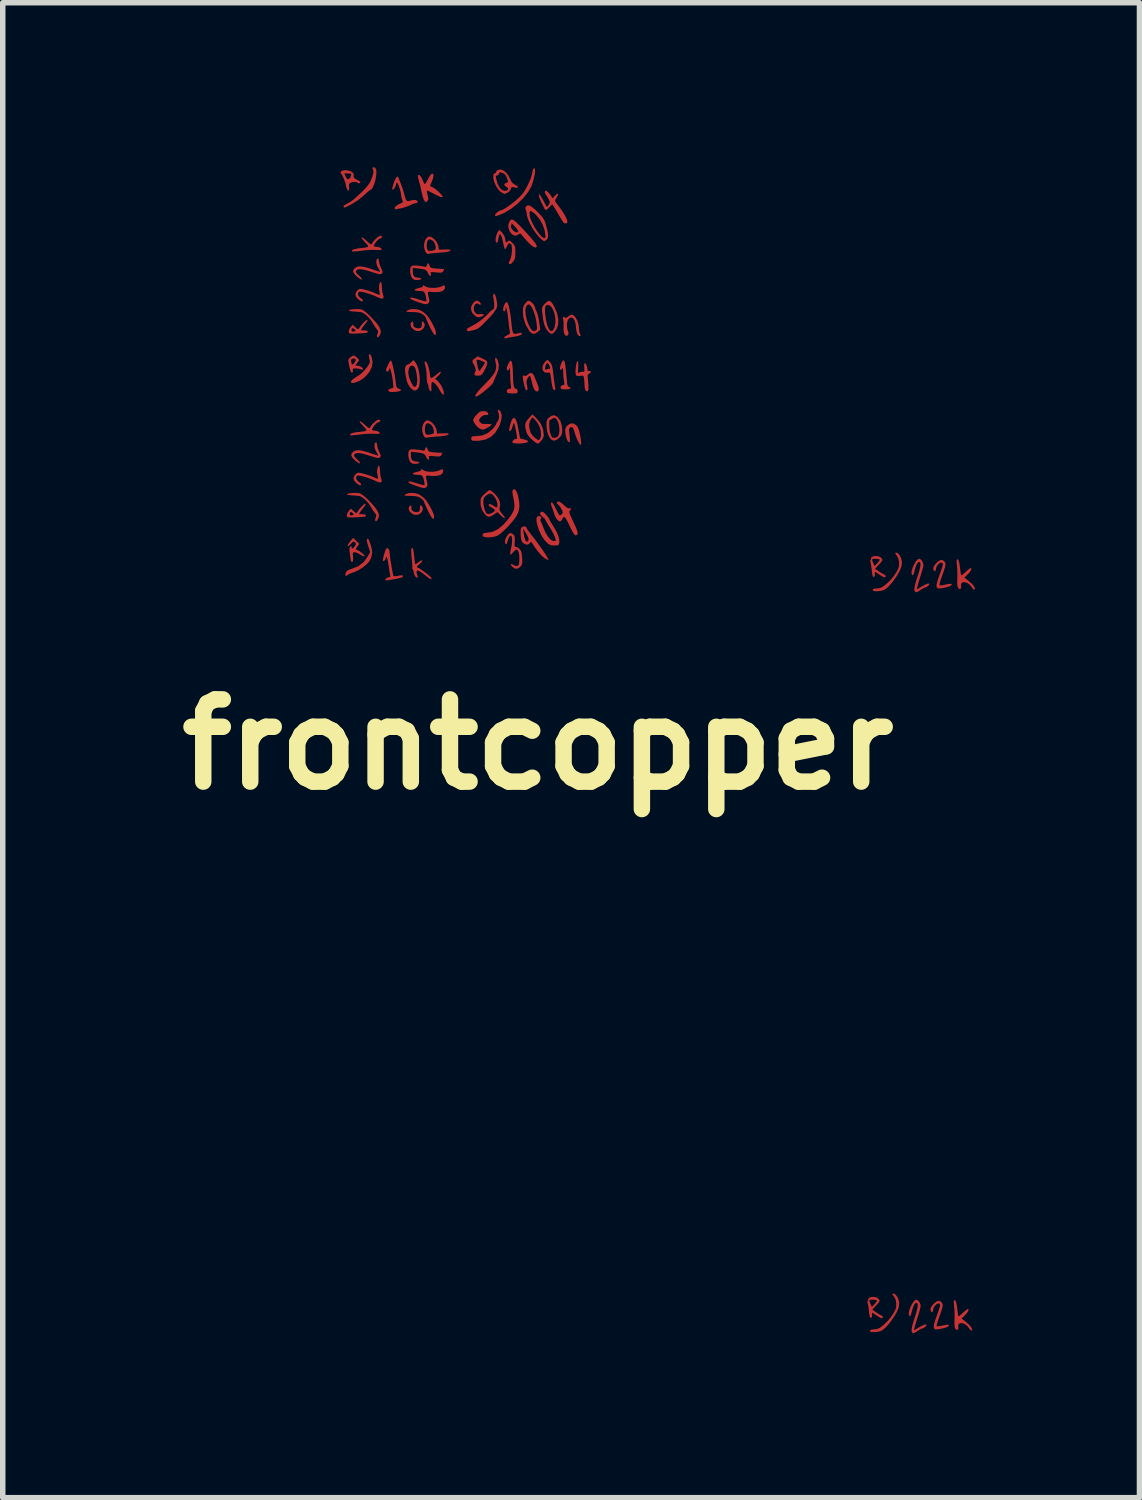
<source format=kicad_pcb>
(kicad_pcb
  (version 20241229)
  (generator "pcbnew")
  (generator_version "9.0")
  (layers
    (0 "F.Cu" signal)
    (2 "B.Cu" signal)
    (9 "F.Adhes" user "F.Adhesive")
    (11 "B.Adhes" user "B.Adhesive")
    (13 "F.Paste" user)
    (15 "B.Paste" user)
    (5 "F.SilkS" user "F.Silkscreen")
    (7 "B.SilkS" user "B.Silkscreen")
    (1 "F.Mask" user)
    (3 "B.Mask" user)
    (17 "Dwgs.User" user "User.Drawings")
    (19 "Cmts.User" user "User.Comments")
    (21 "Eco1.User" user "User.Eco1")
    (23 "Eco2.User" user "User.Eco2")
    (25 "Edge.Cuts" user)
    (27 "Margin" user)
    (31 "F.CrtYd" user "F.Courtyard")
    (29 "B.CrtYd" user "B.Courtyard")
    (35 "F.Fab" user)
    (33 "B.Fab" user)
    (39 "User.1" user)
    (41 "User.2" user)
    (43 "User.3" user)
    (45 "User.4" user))
  (footprint "frontcopper"
    (layer "F.Cu")
    (at 6.764 10.527)
    (property "Reference" "frontcopper" (at 0 0 0) (layer "F.SilkS") (effects (font (size 1.5 1.5) (thickness 0.3))))
    (attr board_only exclude_from_pos_files exclude_from_bom)
    (fp_poly (pts (xy -2.125 -4.352) (xy -2.102 -4.314) (xy -2.107 -4.267) (xy -2.137 -4.221) (xy -2.139 -4.219) (xy -2.194 -4.188) (xy -2.255 -4.188) (xy -2.299 -4.209) (xy -2.346 -4.254) (xy -2.362 -4.302) (xy -2.353 -4.335) (xy -2.331 -4.358) (xy -2.313 -4.354) (xy -2.309 -4.325) (xy -2.311 -4.318) (xy -2.308 -4.28) (xy -2.28 -4.251) (xy -2.234 -4.237) (xy -2.212 -4.237) (xy -2.174 -4.245) (xy -2.159 -4.268) (xy -2.156 -4.293) (xy -2.154 -4.334) (xy -2.152 -4.358) (xy -2.14 -4.361)) (stroke (width 0) (type solid)) (fill yes) (layer "F.Cu"))
    (fp_poly (pts (xy -2.091 -7.705) (xy -2.068 -7.666) (xy -2.073 -7.619) (xy -2.103 -7.574) (xy -2.105 -7.572) (xy -2.161 -7.54) (xy -2.221 -7.541) (xy -2.265 -7.562) (xy -2.312 -7.607) (xy -2.328 -7.654) (xy -2.32 -7.688) (xy -2.297 -7.711) (xy -2.279 -7.706) (xy -2.276 -7.678) (xy -2.277 -7.671) (xy -2.275 -7.633) (xy -2.246 -7.604) (xy -2.2 -7.589) (xy -2.178 -7.589) (xy -2.14 -7.598) (xy -2.125 -7.62) (xy -2.122 -7.645) (xy -2.12 -7.687) (xy -2.118 -7.711) (xy -2.107 -7.714)) (stroke (width 0) (type solid)) (fill yes) (layer "F.Cu"))
    (fp_poly (pts (xy -3.049 -7.093) (xy -3.039 -7.071) (xy -3.019 -6.981) (xy -3.031 -6.889) (xy -3.073 -6.799) (xy -3.144 -6.714) (xy -3.196 -6.669) (xy -3.25 -6.636) (xy -3.308 -6.61) (xy -3.36 -6.594) (xy -3.399 -6.593) (xy -3.409 -6.598) (xy -3.413 -6.622) (xy -3.385 -6.655) (xy -3.329 -6.695) (xy -3.313 -6.704) (xy -3.237 -6.755) (xy -3.173 -6.815) (xy -3.109 -6.895) (xy -3.1 -6.908) (xy -3.075 -6.949) (xy -3.068 -6.984) (xy -3.077 -7.031) (xy -3.078 -7.035) (xy -3.087 -7.087) (xy -3.083 -7.116) (xy -3.07 -7.119)) (stroke (width 0) (type solid)) (fill yes) (layer "F.Cu"))
    (fp_poly (pts (xy -1.088 -8.085) (xy -1.061 -8.063) (xy -1.044 -8.038) (xy -1.047 -8.02) (xy -1.048 -8.019) (xy -1.07 -8.021) (xy -1.075 -8.026) (xy -1.099 -8.041) (xy -1.117 -8.043) (xy -1.146 -8.029) (xy -1.167 -7.992) (xy -1.175 -7.947) (xy -1.166 -7.904) (xy -1.166 -7.902) (xy -1.136 -7.86) (xy -1.098 -7.845) (xy -1.055 -7.849) (xy -1.012 -7.85) (xy -0.992 -7.839) (xy -0.997 -7.822) (xy -1.025 -7.806) (xy -1.075 -7.791) (xy -1.112 -7.795) (xy -1.148 -7.816) (xy -1.197 -7.865) (xy -1.222 -7.924) (xy -1.22 -7.983) (xy -1.218 -7.987) (xy -1.187 -8.046) (xy -1.149 -8.084) (xy -1.118 -8.094)) (stroke (width 0) (type solid)) (fill yes) (layer "F.Cu"))
    (fp_poly (pts (xy -3.099 -3.749) (xy -3.087 -3.729) (xy -3.071 -3.687) (xy -3.047 -3.618) (xy -3.041 -3.601) (xy -3.025 -3.504) (xy -3.043 -3.409) (xy -3.077 -3.341) (xy -3.125 -3.287) (xy -3.193 -3.231) (xy -3.272 -3.181) (xy -3.349 -3.145) (xy -3.368 -3.138) (xy -3.423 -3.119) (xy -3.465 -3.098) (xy -3.481 -3.085) (xy -3.502 -3.071) (xy -3.511 -3.078) (xy -3.514 -3.106) (xy -3.507 -3.136) (xy -3.488 -3.164) (xy -3.451 -3.185) (xy -3.392 -3.205) (xy -3.275 -3.253) (xy -3.18 -3.328) (xy -3.11 -3.424) (xy -3.062 -3.509) (xy -3.099 -3.619) (xy -3.119 -3.687) (xy -3.124 -3.729) (xy -3.118 -3.747) (xy -3.108 -3.754)) (stroke (width 0) (type solid)) (fill yes) (layer "F.Cu"))
    (fp_poly (pts (xy -0.746 -7.024) (xy -0.735 -7.001) (xy -0.716 -6.924) (xy -0.723 -6.84) (xy -0.757 -6.744) (xy -0.769 -6.719) (xy -0.793 -6.668) (xy -0.809 -6.628) (xy -0.813 -6.612) (xy -0.825 -6.588) (xy -0.857 -6.551) (xy -0.904 -6.507) (xy -0.959 -6.46) (xy -1.015 -6.415) (xy -1.068 -6.377) (xy -1.11 -6.351) (xy -1.136 -6.343) (xy -1.14 -6.344) (xy -1.145 -6.362) (xy -1.132 -6.391) (xy -1.1 -6.434) (xy -1.046 -6.494) (xy -0.969 -6.573) (xy -0.966 -6.576) (xy -0.882 -6.664) (xy -0.822 -6.736) (xy -0.785 -6.798) (xy -0.766 -6.855) (xy -0.764 -6.912) (xy -0.775 -6.966) (xy -0.784 -7.019) (xy -0.781 -7.049) (xy -0.767 -7.051)) (stroke (width 0) (type solid)) (fill yes) (layer "F.Cu"))
    (fp_poly (pts (xy -0.703 -6.093) (xy -0.684 -6.071) (xy -0.664 -6.01) (xy -0.669 -5.93) (xy -0.697 -5.835) (xy -0.717 -5.791) (xy -0.781 -5.685) (xy -0.862 -5.608) (xy -0.96 -5.56) (xy -1.078 -5.538) (xy -1.12 -5.537) (xy -1.175 -5.538) (xy -1.205 -5.543) (xy -1.217 -5.556) (xy -1.219 -5.58) (xy -1.216 -5.605) (xy -1.202 -5.617) (xy -1.167 -5.622) (xy -1.138 -5.622) (xy -1.018 -5.636) (xy -0.916 -5.68) (xy -0.831 -5.752) (xy -0.83 -5.753) (xy -0.794 -5.797) (xy -0.769 -5.833) (xy -0.762 -5.851) (xy -0.75 -5.878) (xy -0.737 -5.893) (xy -0.719 -5.926) (xy -0.712 -5.977) (xy -0.717 -6.03) (xy -0.728 -6.062) (xy -0.737 -6.093) (xy -0.726 -6.104)) (stroke (width 0) (type solid)) (fill yes) (layer "F.Cu"))
    (fp_poly (pts (xy -2.235 -4.581) (xy -2.177 -4.563) (xy -2.129 -4.533) (xy -2.08 -4.492) (xy -2.069 -4.482) (xy -2.032 -4.436) (xy -1.992 -4.374) (xy -1.954 -4.305) (xy -1.922 -4.239) (xy -1.901 -4.184) (xy -1.897 -4.157) (xy -1.901 -4.119) (xy -1.915 -4.112) (xy -1.939 -4.136) (xy -1.973 -4.192) (xy -2.005 -4.255) (xy -2.038 -4.323) (xy -2.063 -4.38) (xy -2.079 -4.419) (xy -2.083 -4.432) (xy -2.095 -4.453) (xy -2.127 -4.482) (xy -2.138 -4.49) (xy -2.179 -4.514) (xy -2.227 -4.526) (xy -2.295 -4.532) (xy -2.311 -4.533) (xy -2.38 -4.534) (xy -2.42 -4.537) (xy -2.437 -4.541) (xy -2.435 -4.548) (xy -2.419 -4.56) (xy -2.414 -4.564) (xy -2.368 -4.582) (xy -2.304 -4.588)) (stroke (width 0) (type solid)) (fill yes) (layer "F.Cu"))
    (fp_poly (pts (xy -2.201 -7.934) (xy -2.143 -7.916) (xy -2.095 -7.886) (xy -2.046 -7.845) (xy -2.036 -7.835) (xy -1.999 -7.789) (xy -1.958 -7.727) (xy -1.92 -7.658) (xy -1.888 -7.592) (xy -1.868 -7.537) (xy -1.863 -7.51) (xy -1.867 -7.472) (xy -1.881 -7.465) (xy -1.905 -7.489) (xy -1.939 -7.545) (xy -1.972 -7.608) (xy -2.004 -7.676) (xy -2.029 -7.733) (xy -2.045 -7.772) (xy -2.049 -7.785) (xy -2.062 -7.806) (xy -2.093 -7.835) (xy -2.104 -7.843) (xy -2.145 -7.866) (xy -2.193 -7.879) (xy -2.261 -7.885) (xy -2.278 -7.885) (xy -2.346 -7.887) (xy -2.386 -7.889) (xy -2.403 -7.893) (xy -2.401 -7.901) (xy -2.385 -7.913) (xy -2.38 -7.917) (xy -2.334 -7.935) (xy -2.27 -7.941)) (stroke (width 0) (type solid)) (fill yes) (layer "F.Cu"))
    (fp_poly (pts (xy 6.496 10.017) (xy 6.527 10.043) (xy 6.557 10.087) (xy 6.571 10.122) (xy 6.585 10.192) (xy 6.577 10.264) (xy 6.546 10.345) (xy 6.49 10.441) (xy 6.487 10.445) (xy 6.409 10.555) (xy 6.339 10.634) (xy 6.276 10.685) (xy 6.243 10.701) (xy 6.197 10.712) (xy 6.143 10.718) (xy 6.094 10.718) (xy 6.061 10.711) (xy 6.057 10.708) (xy 6.051 10.688) (xy 6.075 10.674) (xy 6.124 10.668) (xy 6.133 10.668) (xy 6.177 10.664) (xy 6.216 10.649) (xy 6.264 10.617) (xy 6.297 10.59) (xy 6.367 10.524) (xy 6.431 10.448) (xy 6.484 10.371) (xy 6.52 10.3) (xy 6.53 10.266) (xy 6.533 10.191) (xy 6.519 10.12) (xy 6.49 10.067) (xy 6.483 10.06) (xy 6.462 10.032) (xy 6.468 10.016)) (stroke (width 0) (type solid)) (fill yes) (layer "F.Cu"))
    (fp_poly (pts (xy 6.546 -3.496) (xy 6.578 -3.47) (xy 6.608 -3.426) (xy 6.622 -3.391) (xy 6.636 -3.321) (xy 6.628 -3.249) (xy 6.597 -3.168) (xy 6.541 -3.072) (xy 6.538 -3.067) (xy 6.46 -2.958) (xy 6.39 -2.878) (xy 6.327 -2.828) (xy 6.294 -2.812) (xy 6.248 -2.801) (xy 6.194 -2.795) (xy 6.144 -2.795) (xy 6.112 -2.802) (xy 6.108 -2.805) (xy 6.102 -2.825) (xy 6.126 -2.839) (xy 6.175 -2.845) (xy 6.184 -2.845) (xy 6.227 -2.849) (xy 6.267 -2.864) (xy 6.315 -2.896) (xy 6.348 -2.923) (xy 6.418 -2.988) (xy 6.482 -3.064) (xy 6.535 -3.142) (xy 6.57 -3.213) (xy 6.58 -3.247) (xy 6.584 -3.322) (xy 6.57 -3.393) (xy 6.54 -3.446) (xy 6.534 -3.453) (xy 6.513 -3.481) (xy 6.519 -3.497)) (stroke (width 0) (type solid)) (fill yes) (layer "F.Cu"))
    (fp_poly (pts (xy -0.947 -6.073) (xy -0.918 -6.051) (xy -0.914 -6.045) (xy -0.906 -6.016) (xy -0.923 -6.008) (xy -0.939 -6.01) (xy -0.988 -6.005) (xy -1.037 -5.975) (xy -1.058 -5.951) (xy -1.076 -5.918) (xy -1.074 -5.896) (xy -1.056 -5.873) (xy -1.029 -5.852) (xy -0.99 -5.844) (xy -0.94 -5.845) (xy -0.89 -5.845) (xy -0.857 -5.84) (xy -0.849 -5.835) (xy -0.859 -5.819) (xy -0.89 -5.796) (xy -0.931 -5.772) (xy -0.972 -5.751) (xy -1.003 -5.742) (xy -1.007 -5.741) (xy -1.036 -5.748) (xy -1.061 -5.757) (xy -1.096 -5.782) (xy -1.135 -5.823) (xy -1.167 -5.869) (xy -1.184 -5.908) (xy -1.185 -5.916) (xy -1.175 -5.943) (xy -1.147 -5.984) (xy -1.124 -6.011) (xy -1.082 -6.053) (xy -1.046 -6.073) (xy -1.004 -6.079) (xy -0.998 -6.079)) (stroke (width 0) (type solid)) (fill yes) (layer "F.Cu"))
    (fp_poly (pts (xy -0.406 -4.635) (xy -0.381 -4.581) (xy -0.366 -4.532) (xy -0.345 -4.422) (xy -0.341 -4.332) (xy -0.355 -4.253) (xy -0.382 -4.187) (xy -0.417 -4.131) (xy -0.47 -4.063) (xy -0.533 -3.991) (xy -0.601 -3.922) (xy -0.666 -3.862) (xy -0.722 -3.819) (xy -0.748 -3.805) (xy -0.8 -3.788) (xy -0.862 -3.778) (xy -0.923 -3.776) (xy -0.974 -3.782) (xy -1.005 -3.795) (xy -1.01 -3.801) (xy -1.011 -3.835) (xy -0.984 -3.855) (xy -0.931 -3.861) (xy -0.832 -3.877) (xy -0.734 -3.925) (xy -0.635 -4.007) (xy -0.552 -4.1) (xy -0.491 -4.182) (xy -0.452 -4.25) (xy -0.433 -4.313) (xy -0.431 -4.381) (xy -0.443 -4.464) (xy -0.449 -4.488) (xy -0.464 -4.564) (xy -0.469 -4.612) (xy -0.464 -4.639) (xy -0.461 -4.642) (xy -0.432 -4.656)) (stroke (width 0) (type solid)) (fill yes) (layer "F.Cu"))
    (fp_poly (pts (xy -0.066 -10.507) (xy -0.057 -10.49) (xy -0.055 -10.455) (xy -0.061 -10.398) (xy -0.076 -10.329) (xy -0.096 -10.256) (xy -0.119 -10.19) (xy -0.124 -10.177) (xy -0.184 -10.073) (xy -0.269 -9.966) (xy -0.372 -9.864) (xy -0.486 -9.774) (xy -0.603 -9.701) (xy -0.698 -9.659) (xy -0.744 -9.643) (xy -0.768 -9.637) (xy -0.779 -9.64) (xy -0.787 -9.651) (xy -0.781 -9.669) (xy -0.757 -9.696) (xy -0.725 -9.721) (xy -0.695 -9.736) (xy -0.689 -9.737) (xy -0.655 -9.748) (xy -0.602 -9.777) (xy -0.538 -9.82) (xy -0.469 -9.871) (xy -0.4 -9.927) (xy -0.34 -9.982) (xy -0.293 -10.031) (xy -0.281 -10.045) (xy -0.231 -10.122) (xy -0.183 -10.212) (xy -0.142 -10.303) (xy -0.115 -10.385) (xy -0.107 -10.422) (xy -0.096 -10.478) (xy -0.082 -10.507)) (stroke (width 0) (type solid)) (fill yes) (layer "F.Cu"))
    (fp_poly (pts (xy 0.692 -5.825) (xy 0.697 -5.821) (xy 0.721 -5.79) (xy 0.741 -5.744) (xy 0.759 -5.675) (xy 0.768 -5.632) (xy 0.782 -5.547) (xy 0.786 -5.491) (xy 0.78 -5.464) (xy 0.765 -5.468) (xy 0.742 -5.503) (xy 0.721 -5.544) (xy 0.693 -5.61) (xy 0.669 -5.679) (xy 0.659 -5.715) (xy 0.641 -5.767) (xy 0.62 -5.789) (xy 0.59 -5.783) (xy 0.579 -5.777) (xy 0.568 -5.761) (xy 0.564 -5.73) (xy 0.569 -5.676) (xy 0.573 -5.646) (xy 0.579 -5.586) (xy 0.581 -5.539) (xy 0.577 -5.516) (xy 0.577 -5.516) (xy 0.558 -5.512) (xy 0.537 -5.537) (xy 0.518 -5.582) (xy 0.503 -5.641) (xy 0.5 -5.665) (xy 0.495 -5.723) (xy 0.498 -5.761) (xy 0.511 -5.788) (xy 0.531 -5.813) (xy 0.584 -5.851) (xy 0.638 -5.855)) (stroke (width 0) (type solid)) (fill yes) (layer "F.Cu"))
    (fp_poly (pts (xy -3.275 -4.584) (xy -3.253 -4.58) (xy -3.217 -4.561) (xy -3.166 -4.522) (xy -3.108 -4.469) (xy -3.048 -4.408) (xy -2.994 -4.347) (xy -2.951 -4.291) (xy -2.931 -4.258) (xy -2.908 -4.208) (xy -2.902 -4.173) (xy -2.909 -4.14) (xy -2.913 -4.13) (xy -2.938 -4.083) (xy -2.959 -4.069) (xy -2.971 -4.079) (xy -2.972 -4.105) (xy -2.961 -4.139) (xy -2.95 -4.175) (xy -2.961 -4.204) (xy -2.976 -4.221) (xy -3.006 -4.26) (xy -3.038 -4.312) (xy -3.048 -4.33) (xy -3.086 -4.389) (xy -3.137 -4.447) (xy -3.192 -4.495) (xy -3.242 -4.525) (xy -3.255 -4.529) (xy -3.293 -4.535) (xy -3.35 -4.54) (xy -3.391 -4.542) (xy -3.443 -4.547) (xy -3.479 -4.556) (xy -3.489 -4.564) (xy -3.473 -4.573) (xy -3.434 -4.581) (xy -3.382 -4.586) (xy -3.325 -4.587)) (stroke (width 0) (type solid)) (fill yes) (layer "F.Cu"))
    (fp_poly (pts (xy -3.241 -7.937) (xy -3.219 -7.933) (xy -3.183 -7.914) (xy -3.133 -7.875) (xy -3.074 -7.822) (xy -3.015 -7.761) (xy -2.96 -7.7) (xy -2.917 -7.644) (xy -2.897 -7.611) (xy -2.875 -7.561) (xy -2.868 -7.526) (xy -2.875 -7.493) (xy -2.879 -7.483) (xy -2.904 -7.436) (xy -2.925 -7.422) (xy -2.937 -7.432) (xy -2.938 -7.458) (xy -2.927 -7.492) (xy -2.916 -7.528) (xy -2.928 -7.557) (xy -2.942 -7.574) (xy -2.972 -7.613) (xy -3.004 -7.665) (xy -3.014 -7.683) (xy -3.052 -7.742) (xy -3.103 -7.8) (xy -3.158 -7.848) (xy -3.208 -7.878) (xy -3.221 -7.882) (xy -3.259 -7.888) (xy -3.316 -7.893) (xy -3.357 -7.895) (xy -3.41 -7.9) (xy -3.445 -7.909) (xy -3.455 -7.916) (xy -3.44 -7.926) (xy -3.401 -7.934) (xy -3.348 -7.939) (xy -3.291 -7.94)) (stroke (width 0) (type solid)) (fill yes) (layer "F.Cu"))
    (fp_poly (pts (xy 0.479 -6.991) (xy 0.488 -6.959) (xy 0.497 -6.907) (xy 0.506 -6.83) (xy 0.516 -6.726) (xy 0.528 -6.592) (xy 0.53 -6.57) (xy 0.544 -6.533) (xy 0.564 -6.519) (xy 0.592 -6.506) (xy 0.59 -6.492) (xy 0.562 -6.481) (xy 0.512 -6.475) (xy 0.507 -6.475) (xy 0.444 -6.478) (xy 0.414 -6.492) (xy 0.412 -6.495) (xy 0.412 -6.531) (xy 0.439 -6.551) (xy 0.456 -6.553) (xy 0.474 -6.557) (xy 0.48 -6.575) (xy 0.474 -6.616) (xy 0.473 -6.625) (xy 0.464 -6.686) (xy 0.459 -6.759) (xy 0.458 -6.789) (xy 0.457 -6.84) (xy 0.452 -6.863) (xy 0.443 -6.861) (xy 0.434 -6.85) (xy 0.412 -6.831) (xy 0.401 -6.837) (xy 0.399 -6.864) (xy 0.408 -6.908) (xy 0.425 -6.954) (xy 0.445 -6.99) (xy 0.458 -7.003) (xy 0.469 -7.005)) (stroke (width 0) (type solid)) (fill yes) (layer "F.Cu"))
    (fp_poly (pts (xy -2.981 -10.522) (xy -2.97 -10.514) (xy -2.953 -10.482) (xy -2.949 -10.428) (xy -2.955 -10.362) (xy -2.968 -10.29) (xy -2.989 -10.221) (xy -3.013 -10.163) (xy -3.04 -10.123) (xy -3.066 -10.109) (xy -3.083 -10.098) (xy -3.117 -10.069) (xy -3.163 -10.027) (xy -3.18 -10.012) (xy -3.276 -9.933) (xy -3.394 -9.857) (xy -3.524 -9.791) (xy -3.543 -9.797) (xy -3.546 -9.802) (xy -3.547 -9.823) (xy -3.544 -9.827) (xy -3.522 -9.839) (xy -3.483 -9.861) (xy -3.468 -9.87) (xy -3.435 -9.888) (xy -3.407 -9.907) (xy -3.377 -9.929) (xy -3.34 -9.96) (xy -3.291 -10.005) (xy -3.222 -10.068) (xy -3.22 -10.07) (xy -3.132 -10.161) (xy -3.072 -10.241) (xy -3.057 -10.27) (xy -3.02 -10.364) (xy -3.003 -10.434) (xy -3.008 -10.481) (xy -3.013 -10.489) (xy -3.022 -10.514) (xy -3.008 -10.527)) (stroke (width 0) (type solid)) (fill yes) (layer "F.Cu"))
    (fp_poly (pts (xy -0.418 -5.944) (xy -0.397 -5.902) (xy -0.376 -5.83) (xy -0.36 -5.749) (xy -0.328 -5.581) (xy -0.253 -5.562) (xy -0.202 -5.545) (xy -0.182 -5.528) (xy -0.193 -5.513) (xy -0.231 -5.5) (xy -0.296 -5.491) (xy -0.359 -5.488) (xy -0.413 -5.49) (xy -0.453 -5.497) (xy -0.466 -5.504) (xy -0.466 -5.531) (xy -0.445 -5.557) (xy -0.412 -5.571) (xy -0.406 -5.571) (xy -0.392 -5.573) (xy -0.385 -5.585) (xy -0.386 -5.612) (xy -0.393 -5.662) (xy -0.401 -5.702) (xy -0.417 -5.785) (xy -0.429 -5.838) (xy -0.439 -5.861) (xy -0.447 -5.859) (xy -0.456 -5.833) (xy -0.46 -5.818) (xy -0.478 -5.76) (xy -0.499 -5.723) (xy -0.52 -5.713) (xy -0.524 -5.715) (xy -0.528 -5.734) (xy -0.522 -5.776) (xy -0.51 -5.828) (xy -0.494 -5.88) (xy -0.477 -5.923) (xy -0.464 -5.943) (xy -0.44 -5.957)) (stroke (width 0) (type solid)) (fill yes) (layer "F.Cu"))
    (fp_poly (pts (xy -0.108 -6.769) (xy -0.076 -6.731) (xy -0.067 -6.709) (xy -0.049 -6.662) (xy -0.035 -6.629) (xy -0.002 -6.547) (xy 0.012 -6.49) (xy 0.011 -6.46) (xy -0.01 -6.437) (xy -0.039 -6.441) (xy -0.069 -6.472) (xy -0.074 -6.481) (xy -0.091 -6.524) (xy -0.108 -6.584) (xy -0.118 -6.625) (xy -0.131 -6.677) (xy -0.144 -6.712) (xy -0.153 -6.723) (xy -0.171 -6.709) (xy -0.193 -6.676) (xy -0.195 -6.671) (xy -0.211 -6.628) (xy -0.21 -6.583) (xy -0.203 -6.553) (xy -0.193 -6.499) (xy -0.197 -6.466) (xy -0.213 -6.457) (xy -0.22 -6.46) (xy -0.232 -6.481) (xy -0.246 -6.525) (xy -0.26 -6.581) (xy -0.272 -6.64) (xy -0.279 -6.69) (xy -0.28 -6.721) (xy -0.278 -6.724) (xy -0.259 -6.731) (xy -0.247 -6.724) (xy -0.224 -6.719) (xy -0.193 -6.741) (xy -0.187 -6.747) (xy -0.146 -6.775)) (stroke (width 0) (type solid)) (fill yes) (layer "F.Cu"))
    (fp_poly (pts (xy -0.483 -6.985) (xy -0.471 -6.938) (xy -0.463 -6.857) (xy -0.459 -6.756) (xy -0.456 -6.649) (xy -0.45 -6.572) (xy -0.439 -6.522) (xy -0.425 -6.494) (xy -0.405 -6.485) (xy -0.404 -6.485) (xy -0.379 -6.474) (xy -0.373 -6.443) (xy -0.375 -6.419) (xy -0.388 -6.406) (xy -0.419 -6.402) (xy -0.466 -6.401) (xy -0.528 -6.404) (xy -0.562 -6.415) (xy -0.569 -6.425) (xy -0.57 -6.462) (xy -0.543 -6.483) (xy -0.522 -6.485) (xy -0.499 -6.489) (xy -0.492 -6.508) (xy -0.497 -6.549) (xy -0.502 -6.596) (xy -0.507 -6.664) (xy -0.509 -6.74) (xy -0.51 -6.756) (xy -0.511 -6.816) (xy -0.515 -6.854) (xy -0.52 -6.866) (xy -0.522 -6.861) (xy -0.539 -6.828) (xy -0.558 -6.82) (xy -0.571 -6.84) (xy -0.572 -6.844) (xy -0.569 -6.875) (xy -0.554 -6.919) (xy -0.532 -6.962) (xy -0.511 -6.993) (xy -0.5 -7)) (stroke (width 0) (type solid)) (fill yes) (layer "F.Cu"))
    (fp_poly (pts (xy -2.674 -6.986) (xy -2.66 -6.944) (xy -2.644 -6.882) (xy -2.628 -6.808) (xy -2.614 -6.727) (xy -2.602 -6.648) (xy -2.598 -6.618) (xy -2.591 -6.557) (xy -2.582 -6.521) (xy -2.567 -6.501) (xy -2.542 -6.489) (xy -2.535 -6.486) (xy -2.501 -6.469) (xy -2.501 -6.454) (xy -2.533 -6.441) (xy -2.597 -6.431) (xy -2.611 -6.43) (xy -2.674 -6.427) (xy -2.711 -6.433) (xy -2.727 -6.445) (xy -2.735 -6.463) (xy -2.719 -6.478) (xy -2.693 -6.488) (xy -2.638 -6.507) (xy -2.649 -6.623) (xy -2.656 -6.679) (xy -2.667 -6.737) (xy -2.679 -6.792) (xy -2.69 -6.835) (xy -2.7 -6.862) (xy -2.706 -6.864) (xy -2.708 -6.856) (xy -2.721 -6.822) (xy -2.733 -6.808) (xy -2.758 -6.799) (xy -2.771 -6.814) (xy -2.769 -6.848) (xy -2.761 -6.872) (xy -2.73 -6.937) (xy -2.71 -6.976) (xy -2.697 -6.996) (xy -2.686 -7.002) (xy -2.685 -7.002)) (stroke (width 0) (type solid)) (fill yes) (layer "F.Cu"))
    (fp_poly (pts (xy -1.028 -7.044) (xy -0.967 -7.015) (xy -0.934 -6.988) (xy -0.925 -6.955) (xy -0.938 -6.908) (xy -0.967 -6.845) (xy -0.998 -6.786) (xy -1.021 -6.752) (xy -1.043 -6.734) (xy -1.072 -6.727) (xy -1.086 -6.726) (xy -1.13 -6.727) (xy -1.158 -6.737) (xy -1.16 -6.74) (xy -1.161 -6.767) (xy -1.153 -6.778) (xy -1.136 -6.819) (xy -1.145 -6.874) (xy -1.168 -6.922) (xy -1.194 -6.966) (xy -1.199 -6.994) (xy -1.198 -6.995) (xy -1.121 -6.995) (xy -1.115 -6.955) (xy -1.105 -6.905) (xy -1.093 -6.857) (xy -1.081 -6.82) (xy -1.073 -6.807) (xy -1.062 -6.82) (xy -1.039 -6.853) (xy -1.016 -6.885) (xy -0.988 -6.928) (xy -0.971 -6.958) (xy -0.969 -6.966) (xy -1.025 -6.993) (xy -1.075 -7.011) (xy -1.111 -7.018) (xy -1.12 -7.015) (xy -1.121 -6.995) (xy -1.198 -6.995) (xy -1.182 -7.018) (xy -1.153 -7.041) (xy -1.103 -7.077)) (stroke (width 0) (type solid)) (fill yes) (layer "F.Cu"))
    (fp_poly (pts (xy -0.797 -8.218) (xy -0.78 -8.189) (xy -0.764 -8.137) (xy -0.751 -8.068) (xy -0.75 -8.055) (xy -0.747 -7.998) (xy -0.757 -7.956) (xy -0.776 -7.925) (xy -0.8 -7.89) (xy -0.812 -7.869) (xy -0.813 -7.868) (xy -0.824 -7.854) (xy -0.854 -7.82) (xy -0.899 -7.773) (xy -0.953 -7.717) (xy -1.015 -7.654) (xy -1.061 -7.612) (xy -1.098 -7.584) (xy -1.134 -7.568) (xy -1.173 -7.556) (xy -1.182 -7.555) (xy -1.236 -7.543) (xy -1.266 -7.537) (xy -1.281 -7.537) (xy -1.288 -7.542) (xy -1.293 -7.547) (xy -1.303 -7.566) (xy -1.289 -7.587) (xy -1.249 -7.611) (xy -1.223 -7.623) (xy -1.121 -7.68) (xy -1.02 -7.753) (xy -0.933 -7.831) (xy -0.911 -7.856) (xy -0.874 -7.895) (xy -0.844 -7.92) (xy -0.833 -7.925) (xy -0.812 -7.94) (xy -0.801 -7.981) (xy -0.8 -8.04) (xy -0.81 -8.11) (xy -0.82 -8.173) (xy -0.817 -8.212) (xy -0.813 -8.219)) (stroke (width 0) (type solid)) (fill yes) (layer "F.Cu"))
    (fp_poly (pts (xy -3.145 -4.375) (xy -3.165 -4.344) (xy -3.171 -4.337) (xy -3.208 -4.291) (xy -3.24 -4.246) (xy -3.269 -4.199) (xy -3.21 -4.199) (xy -3.168 -4.194) (xy -3.142 -4.182) (xy -3.138 -4.167) (xy -3.153 -4.157) (xy -3.182 -4.152) (xy -3.232 -4.148) (xy -3.294 -4.144) (xy -3.359 -4.141) (xy -3.418 -4.141) (xy -3.461 -4.142) (xy -3.479 -4.145) (xy -3.489 -4.176) (xy -3.483 -4.201) (xy -3.437 -4.201) (xy -3.43 -4.179) (xy -3.401 -4.177) (xy -3.394 -4.179) (xy -3.365 -4.187) (xy -3.365 -4.2) (xy -3.38 -4.218) (xy -3.41 -4.24) (xy -3.431 -4.231) (xy -3.437 -4.201) (xy -3.483 -4.201) (xy -3.479 -4.219) (xy -3.452 -4.261) (xy -3.451 -4.262) (xy -3.414 -4.301) (xy -3.365 -4.255) (xy -3.332 -4.226) (xy -3.314 -4.219) (xy -3.301 -4.232) (xy -3.296 -4.24) (xy -3.266 -4.284) (xy -3.228 -4.328) (xy -3.191 -4.365) (xy -3.161 -4.389) (xy -3.146 -4.392)) (stroke (width 0) (type solid)) (fill yes) (layer "F.Cu"))
    (fp_poly (pts (xy -3.112 -7.727) (xy -3.131 -7.697) (xy -3.137 -7.69) (xy -3.174 -7.644) (xy -3.206 -7.599) (xy -3.235 -7.552) (xy -3.176 -7.552) (xy -3.134 -7.547) (xy -3.108 -7.535) (xy -3.104 -7.52) (xy -3.119 -7.51) (xy -3.148 -7.505) (xy -3.198 -7.5) (xy -3.26 -7.497) (xy -3.326 -7.494) (xy -3.384 -7.493) (xy -3.427 -7.495) (xy -3.445 -7.498) (xy -3.455 -7.529) (xy -3.449 -7.554) (xy -3.404 -7.554) (xy -3.396 -7.532) (xy -3.367 -7.53) (xy -3.361 -7.531) (xy -3.331 -7.539) (xy -3.331 -7.553) (xy -3.346 -7.571) (xy -3.377 -7.593) (xy -3.397 -7.584) (xy -3.404 -7.554) (xy -3.449 -7.554) (xy -3.445 -7.572) (xy -3.418 -7.614) (xy -3.417 -7.615) (xy -3.38 -7.654) (xy -3.331 -7.607) (xy -3.299 -7.579) (xy -3.281 -7.572) (xy -3.267 -7.585) (xy -3.262 -7.593) (xy -3.232 -7.637) (xy -3.195 -7.681) (xy -3.157 -7.718) (xy -3.127 -7.741) (xy -3.113 -7.745)) (stroke (width 0) (type solid)) (fill yes) (layer "F.Cu"))
    (fp_poly (pts (xy -2.24 -6.972) (xy -2.209 -6.92) (xy -2.184 -6.848) (xy -2.167 -6.764) (xy -2.158 -6.677) (xy -2.159 -6.596) (xy -2.17 -6.529) (xy -2.191 -6.487) (xy -2.231 -6.457) (xy -2.271 -6.458) (xy -2.314 -6.491) (xy -2.334 -6.512) (xy -2.367 -6.562) (xy -2.39 -6.613) (xy -2.394 -6.627) (xy -2.404 -6.677) (xy -2.416 -6.739) (xy -2.421 -6.761) (xy -2.424 -6.789) (xy -2.369 -6.789) (xy -2.357 -6.704) (xy -2.318 -6.607) (xy -2.28 -6.54) (xy -2.255 -6.519) (xy -2.231 -6.529) (xy -2.212 -6.565) (xy -2.209 -6.579) (xy -2.204 -6.649) (xy -2.212 -6.736) (xy -2.229 -6.825) (xy -2.237 -6.854) (xy -2.262 -6.896) (xy -2.297 -6.911) (xy -2.331 -6.9) (xy -2.354 -6.865) (xy -2.369 -6.789) (xy -2.424 -6.789) (xy -2.428 -6.828) (xy -2.421 -6.883) (xy -2.403 -6.917) (xy -2.382 -6.926) (xy -2.355 -6.937) (xy -2.32 -6.964) (xy -2.316 -6.968) (xy -2.274 -7.01)) (stroke (width 0) (type solid)) (fill yes) (layer "F.Cu"))
    (fp_poly (pts (xy 0.233 -8.076) (xy 0.268 -8.032) (xy 0.299 -7.976) (xy 0.348 -7.857) (xy 0.369 -7.746) (xy 0.363 -7.646) (xy 0.33 -7.562) (xy 0.31 -7.535) (xy 0.273 -7.497) (xy 0.241 -7.488) (xy 0.207 -7.507) (xy 0.173 -7.542) (xy 0.138 -7.594) (xy 0.111 -7.663) (xy 0.091 -7.754) (xy 0.076 -7.868) (xy 0.071 -7.926) (xy 0.073 -7.953) (xy 0.125 -7.953) (xy 0.126 -7.876) (xy 0.128 -7.857) (xy 0.143 -7.747) (xy 0.163 -7.658) (xy 0.188 -7.592) (xy 0.215 -7.55) (xy 0.243 -7.536) (xy 0.27 -7.55) (xy 0.296 -7.595) (xy 0.302 -7.612) (xy 0.316 -7.686) (xy 0.315 -7.769) (xy 0.301 -7.851) (xy 0.275 -7.925) (xy 0.241 -7.981) (xy 0.206 -8.009) (xy 0.165 -8.018) (xy 0.138 -8) (xy 0.125 -7.953) (xy 0.073 -7.953) (xy 0.074 -7.964) (xy 0.088 -7.995) (xy 0.117 -8.031) (xy 0.12 -8.034) (xy 0.163 -8.075) (xy 0.199 -8.09)) (stroke (width 0) (type solid)) (fill yes) (layer "F.Cu"))
    (fp_poly (pts (xy 0.632 -7.834) (xy 0.672 -7.802) (xy 0.715 -7.733) (xy 0.74 -7.644) (xy 0.745 -7.579) (xy 0.75 -7.529) (xy 0.761 -7.494) (xy 0.765 -7.488) (xy 0.776 -7.463) (xy 0.768 -7.45) (xy 0.748 -7.446) (xy 0.723 -7.474) (xy 0.722 -7.475) (xy 0.704 -7.519) (xy 0.694 -7.576) (xy 0.693 -7.59) (xy 0.686 -7.661) (xy 0.669 -7.724) (xy 0.645 -7.768) (xy 0.62 -7.787) (xy 0.577 -7.78) (xy 0.545 -7.745) (xy 0.527 -7.687) (xy 0.525 -7.651) (xy 0.529 -7.595) (xy 0.539 -7.55) (xy 0.545 -7.537) (xy 0.556 -7.499) (xy 0.546 -7.466) (xy 0.519 -7.451) (xy 0.517 -7.451) (xy 0.489 -7.466) (xy 0.471 -7.51) (xy 0.464 -7.577) (xy 0.465 -7.622) (xy 0.466 -7.681) (xy 0.461 -7.731) (xy 0.457 -7.748) (xy 0.45 -7.785) (xy 0.461 -7.799) (xy 0.486 -7.787) (xy 0.509 -7.778) (xy 0.538 -7.795) (xy 0.548 -7.804) (xy 0.593 -7.835)) (stroke (width 0) (type solid)) (fill yes) (layer "F.Cu"))
    (fp_poly (pts (xy -3.312 -7.063) (xy -3.302 -7.053) (xy -3.262 -7.01) (xy -3.299 -6.959) (xy -3.337 -6.909) (xy -3.298 -6.909) (xy -3.254 -6.899) (xy -3.221 -6.882) (xy -3.196 -6.856) (xy -3.195 -6.837) (xy -3.216 -6.834) (xy -3.234 -6.841) (xy -3.273 -6.853) (xy -3.323 -6.858) (xy -3.327 -6.858) (xy -3.367 -6.856) (xy -3.382 -6.845) (xy -3.379 -6.826) (xy -3.378 -6.796) (xy -3.391 -6.78) (xy -3.409 -6.787) (xy -3.413 -6.791) (xy -3.422 -6.817) (xy -3.435 -6.865) (xy -3.447 -6.914) (xy -3.458 -6.972) (xy -3.461 -6.999) (xy -3.413 -6.999) (xy -3.404 -6.961) (xy -3.404 -6.95) (xy -3.395 -6.928) (xy -3.375 -6.933) (xy -3.347 -6.962) (xy -3.342 -6.969) (xy -3.325 -7.008) (xy -3.332 -7.03) (xy -3.359 -7.04) (xy -3.39 -7.034) (xy -3.412 -7.017) (xy -3.413 -6.999) (xy -3.461 -6.999) (xy -3.461 -7.007) (xy -3.454 -7.029) (xy -3.435 -7.05) (xy -3.427 -7.057) (xy -3.384 -7.088) (xy -3.349 -7.09)) (stroke (width 0) (type solid)) (fill yes) (layer "F.Cu"))
    (fp_poly (pts (xy -1.97 -5.895) (xy -1.923 -5.858) (xy -1.882 -5.807) (xy -1.857 -5.752) (xy -1.854 -5.739) (xy -1.842 -5.67) (xy -1.747 -5.673) (xy -1.682 -5.674) (xy -1.645 -5.674) (xy -1.631 -5.669) (xy -1.632 -5.66) (xy -1.64 -5.65) (xy -1.669 -5.636) (xy -1.73 -5.625) (xy -1.821 -5.617) (xy -1.825 -5.617) (xy -1.9 -5.611) (xy -1.966 -5.605) (xy -2.013 -5.598) (xy -2.026 -5.596) (xy -2.056 -5.595) (xy -2.079 -5.617) (xy -2.09 -5.636) (xy -2.111 -5.7) (xy -2.113 -5.749) (xy -2.066 -5.749) (xy -2.061 -5.69) (xy -2.044 -5.657) (xy -2.009 -5.646) (xy -1.951 -5.656) (xy -1.916 -5.666) (xy -1.902 -5.686) (xy -1.902 -5.724) (xy -1.913 -5.769) (xy -1.934 -5.811) (xy -1.95 -5.829) (xy -1.997 -5.858) (xy -2.033 -5.855) (xy -2.056 -5.822) (xy -2.066 -5.759) (xy -2.066 -5.749) (xy -2.113 -5.749) (xy -2.114 -5.767) (xy -2.101 -5.829) (xy -2.074 -5.878) (xy -2.036 -5.906) (xy -2.014 -5.91)) (stroke (width 0) (type solid)) (fill yes) (layer "F.Cu"))
    (fp_poly (pts (xy -1.936 -9.248) (xy -1.889 -9.211) (xy -1.848 -9.16) (xy -1.823 -9.104) (xy -1.82 -9.092) (xy -1.809 -9.023) (xy -1.713 -9.026) (xy -1.648 -9.027) (xy -1.611 -9.026) (xy -1.597 -9.022) (xy -1.598 -9.013) (xy -1.607 -9.003) (xy -1.635 -8.989) (xy -1.696 -8.978) (xy -1.787 -8.97) (xy -1.791 -8.969) (xy -1.866 -8.964) (xy -1.932 -8.957) (xy -1.979 -8.951) (xy -1.993 -8.948) (xy -2.022 -8.947) (xy -2.045 -8.97) (xy -2.056 -8.989) (xy -2.077 -9.053) (xy -2.079 -9.102) (xy -2.032 -9.102) (xy -2.027 -9.043) (xy -2.01 -9.01) (xy -1.975 -8.999) (xy -1.917 -9.008) (xy -1.882 -9.019) (xy -1.868 -9.038) (xy -1.868 -9.077) (xy -1.879 -9.122) (xy -1.9 -9.163) (xy -1.916 -9.182) (xy -1.963 -9.211) (xy -1.999 -9.208) (xy -2.023 -9.174) (xy -2.032 -9.111) (xy -2.032 -9.102) (xy -2.079 -9.102) (xy -2.08 -9.119) (xy -2.067 -9.181) (xy -2.04 -9.23) (xy -2.002 -9.259) (xy -1.981 -9.263)) (stroke (width 0) (type solid)) (fill yes) (layer "F.Cu"))
    (fp_poly (pts (xy -0.456 -9.569) (xy -0.414 -9.539) (xy -0.356 -9.483) (xy -0.351 -9.478) (xy -0.238 -9.359) (xy -0.148 -9.26) (xy -0.082 -9.182) (xy -0.04 -9.126) (xy -0.023 -9.092) (xy -0.023 -9.085) (xy -0.04 -9.063) (xy -0.067 -9.066) (xy -0.108 -9.092) (xy -0.153 -9.131) (xy -0.205 -9.183) (xy -0.254 -9.238) (xy -0.278 -9.267) (xy -0.308 -9.305) (xy -0.327 -9.32) (xy -0.344 -9.314) (xy -0.362 -9.299) (xy -0.404 -9.279) (xy -0.447 -9.286) (xy -0.487 -9.315) (xy -0.519 -9.36) (xy -0.539 -9.414) (xy -0.542 -9.452) (xy -0.499 -9.452) (xy -0.488 -9.416) (xy -0.46 -9.378) (xy -0.444 -9.363) (xy -0.401 -9.338) (xy -0.371 -9.341) (xy -0.362 -9.357) (xy -0.37 -9.377) (xy -0.395 -9.413) (xy -0.426 -9.449) (xy -0.46 -9.485) (xy -0.481 -9.505) (xy -0.484 -9.505) (xy -0.484 -9.481) (xy -0.489 -9.475) (xy -0.499 -9.452) (xy -0.542 -9.452) (xy -0.543 -9.472) (xy -0.532 -9.514) (xy -0.51 -9.556) (xy -0.486 -9.575)) (stroke (width 0) (type solid)) (fill yes) (layer "F.Cu"))
    (fp_poly (pts (xy -0.035 -5.953) (xy 0.044 -5.857) (xy 0.09 -5.752) (xy 0.104 -5.64) (xy 0.103 -5.627) (xy 0.092 -5.591) (xy 0.065 -5.548) (xy 0.032 -5.511) (xy 0.001 -5.488) (xy -0.008 -5.486) (xy -0.031 -5.497) (xy -0.07 -5.525) (xy -0.115 -5.562) (xy -0.17 -5.619) (xy -0.204 -5.672) (xy -0.218 -5.714) (xy -0.234 -5.789) (xy -0.234 -5.808) (xy -0.164 -5.808) (xy -0.154 -5.749) (xy -0.153 -5.746) (xy -0.134 -5.682) (xy -0.102 -5.635) (xy -0.062 -5.597) (xy -0.021 -5.564) (xy 0.004 -5.551) (xy 0.02 -5.555) (xy 0.03 -5.566) (xy 0.049 -5.607) (xy 0.053 -5.629) (xy 0.048 -5.722) (xy 0.025 -5.799) (xy 0.000013 -5.846) (xy -0.033 -5.894) (xy -0.067 -5.934) (xy -0.095 -5.958) (xy -0.104 -5.961) (xy -0.12 -5.946) (xy -0.141 -5.911) (xy -0.147 -5.897) (xy -0.162 -5.852) (xy -0.164 -5.808) (xy -0.234 -5.808) (xy -0.234 -5.844) (xy -0.217 -5.89) (xy -0.179 -5.939) (xy -0.17 -5.948) (xy -0.104 -6.02)) (stroke (width 0) (type solid)) (fill yes) (layer "F.Cu"))
    (fp_poly (pts (xy 0.214 -6.974) (xy 0.233 -6.951) (xy 0.248 -6.923) (xy 0.259 -6.883) (xy 0.269 -6.824) (xy 0.28 -6.738) (xy 0.28 -6.732) (xy 0.29 -6.651) (xy 0.3 -6.58) (xy 0.308 -6.528) (xy 0.313 -6.502) (xy 0.314 -6.471) (xy 0.298 -6.46) (xy 0.277 -6.475) (xy 0.273 -6.481) (xy 0.262 -6.515) (xy 0.251 -6.567) (xy 0.246 -6.596) (xy 0.236 -6.679) (xy 0.227 -6.734) (xy 0.219 -6.766) (xy 0.209 -6.781) (xy 0.194 -6.784) (xy 0.173 -6.78) (xy 0.17 -6.779) (xy 0.124 -6.783) (xy 0.093 -6.81) (xy 0.079 -6.852) (xy 0.079 -6.855) (xy 0.126 -6.855) (xy 0.135 -6.833) (xy 0.157 -6.838) (xy 0.162 -6.842) (xy 0.19 -6.853) (xy 0.202 -6.85) (xy 0.218 -6.85) (xy 0.216 -6.877) (xy 0.203 -6.918) (xy 0.182 -6.95) (xy 0.159 -6.951) (xy 0.139 -6.92) (xy 0.133 -6.901) (xy 0.126 -6.855) (xy 0.079 -6.855) (xy 0.083 -6.903) (xy 0.108 -6.954) (xy 0.129 -6.979) (xy 0.17 -7.017)) (stroke (width 0) (type solid)) (fill yes) (layer "F.Cu"))
    (fp_poly (pts (xy 0.341 -5.981) (xy 0.357 -5.967) (xy 0.407 -5.898) (xy 0.434 -5.807) (xy 0.44 -5.723) (xy 0.436 -5.668) (xy 0.417 -5.627) (xy 0.384 -5.591) (xy 0.329 -5.549) (xy 0.281 -5.54) (xy 0.238 -5.562) (xy 0.228 -5.572) (xy 0.187 -5.638) (xy 0.161 -5.728) (xy 0.153 -5.826) (xy 0.153 -5.835) (xy 0.203 -5.835) (xy 0.205 -5.782) (xy 0.21 -5.732) (xy 0.216 -5.694) (xy 0.219 -5.686) (xy 0.235 -5.643) (xy 0.244 -5.618) (xy 0.266 -5.594) (xy 0.304 -5.59) (xy 0.346 -5.606) (xy 0.358 -5.616) (xy 0.38 -5.655) (xy 0.389 -5.715) (xy 0.386 -5.785) (xy 0.373 -5.854) (xy 0.35 -5.912) (xy 0.32 -5.949) (xy 0.318 -5.95) (xy 0.288 -5.957) (xy 0.258 -5.939) (xy 0.23 -5.921) (xy 0.215 -5.921) (xy 0.208 -5.914) (xy 0.204 -5.882) (xy 0.203 -5.835) (xy 0.153 -5.835) (xy 0.155 -5.887) (xy 0.166 -5.926) (xy 0.189 -5.954) (xy 0.191 -5.956) (xy 0.246 -5.995) (xy 0.294 -6.004)) (stroke (width 0) (type solid)) (fill yes) (layer "F.Cu"))
    (fp_poly (pts (xy -0.556 -8.052) (xy -0.538 -8.005) (xy -0.52 -7.931) (xy -0.503 -7.832) (xy -0.492 -7.733) (xy -0.481 -7.634) (xy -0.472 -7.564) (xy -0.461 -7.519) (xy -0.446 -7.495) (xy -0.426 -7.487) (xy -0.396 -7.49) (xy -0.36 -7.5) (xy -0.321 -7.507) (xy -0.298 -7.503) (xy -0.297 -7.502) (xy -0.299 -7.48) (xy -0.334 -7.46) (xy -0.398 -7.443) (xy -0.442 -7.436) (xy -0.503 -7.426) (xy -0.553 -7.416) (xy -0.578 -7.409) (xy -0.607 -7.408) (xy -0.618 -7.416) (xy -0.611 -7.434) (xy -0.578 -7.455) (xy -0.567 -7.46) (xy -0.527 -7.481) (xy -0.512 -7.501) (xy -0.515 -7.527) (xy -0.521 -7.561) (xy -0.529 -7.619) (xy -0.538 -7.691) (xy -0.543 -7.738) (xy -0.552 -7.814) (xy -0.561 -7.882) (xy -0.571 -7.93) (xy -0.575 -7.946) (xy -0.591 -7.984) (xy -0.592 -7.947) (xy -0.6 -7.912) (xy -0.616 -7.898) (xy -0.634 -7.908) (xy -0.637 -7.915) (xy -0.638 -7.948) (xy -0.626 -7.992) (xy -0.608 -8.034) (xy -0.586 -8.063) (xy -0.574 -8.069)) (stroke (width 0) (type solid)) (fill yes) (layer "F.Cu"))
    (fp_poly (pts (xy -2.945 -5.503) (xy -2.937 -5.462) (xy -2.936 -5.452) (xy -2.926 -5.406) (xy -2.906 -5.351) (xy -2.897 -5.332) (xy -2.875 -5.287) (xy -2.87 -5.26) (xy -2.88 -5.241) (xy -2.884 -5.236) (xy -2.9 -5.226) (xy -2.922 -5.224) (xy -2.957 -5.23) (xy -3.013 -5.247) (xy -3.068 -5.264) (xy -3.172 -5.296) (xy -3.251 -5.313) (xy -3.305 -5.314) (xy -3.34 -5.301) (xy -3.352 -5.287) (xy -3.357 -5.266) (xy -3.344 -5.241) (xy -3.309 -5.206) (xy -3.299 -5.197) (xy -3.262 -5.161) (xy -3.245 -5.135) (xy -3.246 -5.125) (xy -3.267 -5.13) (xy -3.304 -5.153) (xy -3.341 -5.182) (xy -3.39 -5.233) (xy -3.409 -5.275) (xy -3.397 -5.313) (xy -3.364 -5.343) (xy -3.324 -5.361) (xy -3.273 -5.366) (xy -3.206 -5.356) (xy -3.116 -5.331) (xy -3.073 -5.317) (xy -3.007 -5.295) (xy -2.954 -5.278) (xy -2.922 -5.268) (xy -2.916 -5.266) (xy -2.918 -5.278) (xy -2.933 -5.304) (xy -2.968 -5.372) (xy -2.985 -5.435) (xy -2.981 -5.484) (xy -2.979 -5.49) (xy -2.959 -5.512)) (stroke (width 0) (type solid)) (fill yes) (layer "F.Cu"))
    (fp_poly (pts (xy -2.911 -8.856) (xy -2.903 -8.815) (xy -2.902 -8.805) (xy -2.893 -8.759) (xy -2.872 -8.704) (xy -2.863 -8.685) (xy -2.841 -8.64) (xy -2.836 -8.613) (xy -2.846 -8.594) (xy -2.851 -8.589) (xy -2.866 -8.579) (xy -2.888 -8.576) (xy -2.923 -8.583) (xy -2.979 -8.599) (xy -3.034 -8.617) (xy -3.139 -8.649) (xy -3.217 -8.666) (xy -3.272 -8.667) (xy -3.306 -8.654) (xy -3.318 -8.64) (xy -3.323 -8.619) (xy -3.311 -8.594) (xy -3.275 -8.559) (xy -3.265 -8.55) (xy -3.229 -8.514) (xy -3.211 -8.487) (xy -3.213 -8.478) (xy -3.234 -8.483) (xy -3.27 -8.505) (xy -3.307 -8.535) (xy -3.356 -8.586) (xy -3.375 -8.628) (xy -3.363 -8.665) (xy -3.33 -8.696) (xy -3.29 -8.714) (xy -3.24 -8.719) (xy -3.172 -8.709) (xy -3.082 -8.684) (xy -3.04 -8.67) (xy -2.974 -8.648) (xy -2.921 -8.631) (xy -2.888 -8.621) (xy -2.882 -8.619) (xy -2.885 -8.631) (xy -2.899 -8.657) (xy -2.934 -8.725) (xy -2.951 -8.788) (xy -2.947 -8.836) (xy -2.945 -8.842) (xy -2.925 -8.865)) (stroke (width 0) (type solid)) (fill yes) (layer "F.Cu"))
    (fp_poly (pts (xy -2.877 -5.911) (xy -2.879 -5.894) (xy -2.907 -5.877) (xy -2.916 -5.875) (xy -2.947 -5.857) (xy -2.983 -5.821) (xy -3.014 -5.779) (xy -3.03 -5.744) (xy -3.031 -5.738) (xy -3.017 -5.727) (xy -2.988 -5.723) (xy -2.943 -5.717) (xy -2.906 -5.702) (xy -2.887 -5.683) (xy -2.887 -5.672) (xy -2.908 -5.665) (xy -2.952 -5.663) (xy -2.994 -5.666) (xy -3.055 -5.667) (xy -3.135 -5.664) (xy -3.222 -5.656) (xy -3.256 -5.651) (xy -3.327 -5.643) (xy -3.385 -5.638) (xy -3.421 -5.637) (xy -3.43 -5.64) (xy -3.426 -5.66) (xy -3.392 -5.678) (xy -3.328 -5.692) (xy -3.285 -5.697) (xy -3.205 -5.706) (xy -3.155 -5.715) (xy -3.134 -5.727) (xy -3.136 -5.746) (xy -3.16 -5.775) (xy -3.19 -5.807) (xy -3.236 -5.858) (xy -3.255 -5.888) (xy -3.251 -5.897) (xy -3.223 -5.883) (xy -3.176 -5.844) (xy -3.161 -5.83) (xy -3.112 -5.786) (xy -3.082 -5.767) (xy -3.069 -5.772) (xy -3.046 -5.812) (xy -3.009 -5.855) (xy -2.967 -5.893) (xy -2.928 -5.918) (xy -2.906 -5.923)) (stroke (width 0) (type solid)) (fill yes) (layer "F.Cu"))
    (fp_poly (pts (xy -2.844 -9.264) (xy -2.845 -9.246) (xy -2.874 -9.23) (xy -2.882 -9.228) (xy -2.913 -9.209) (xy -2.949 -9.173) (xy -2.98 -9.132) (xy -2.997 -9.096) (xy -2.997 -9.091) (xy -2.983 -9.08) (xy -2.954 -9.076) (xy -2.909 -9.07) (xy -2.872 -9.055) (xy -2.853 -9.036) (xy -2.854 -9.025) (xy -2.874 -9.018) (xy -2.918 -9.016) (xy -2.96 -9.019) (xy -3.021 -9.02) (xy -3.101 -9.017) (xy -3.188 -9.009) (xy -3.222 -9.004) (xy -3.293 -8.995) (xy -3.351 -8.991) (xy -3.387 -8.99) (xy -3.396 -8.993) (xy -3.393 -9.013) (xy -3.358 -9.031) (xy -3.294 -9.045) (xy -3.251 -9.05) (xy -3.171 -9.059) (xy -3.122 -9.068) (xy -3.1 -9.08) (xy -3.102 -9.099) (xy -3.126 -9.128) (xy -3.157 -9.159) (xy -3.202 -9.21) (xy -3.222 -9.241) (xy -3.217 -9.25) (xy -3.19 -9.236) (xy -3.142 -9.197) (xy -3.127 -9.183) (xy -3.079 -9.139) (xy -3.049 -9.12) (xy -3.035 -9.125) (xy -3.012 -9.165) (xy -2.975 -9.207) (xy -2.933 -9.246) (xy -2.894 -9.271) (xy -2.872 -9.276)) (stroke (width 0) (type solid)) (fill yes) (layer "F.Cu"))
    (fp_poly (pts (xy 7.343 10.162) (xy 7.358 10.178) (xy 7.372 10.196) (xy 7.379 10.216) (xy 7.378 10.245) (xy 7.368 10.287) (xy 7.349 10.348) (xy 7.319 10.433) (xy 7.306 10.469) (xy 7.285 10.53) (xy 7.272 10.579) (xy 7.268 10.608) (xy 7.269 10.611) (xy 7.29 10.613) (xy 7.334 10.607) (xy 7.383 10.597) (xy 7.448 10.584) (xy 7.487 10.583) (xy 7.496 10.595) (xy 7.48 10.614) (xy 7.447 10.631) (xy 7.397 10.646) (xy 7.339 10.659) (xy 7.285 10.667) (xy 7.245 10.667) (xy 7.231 10.662) (xy 7.218 10.64) (xy 7.216 10.608) (xy 7.225 10.56) (xy 7.246 10.49) (xy 7.273 10.416) (xy 7.298 10.345) (xy 7.318 10.283) (xy 7.33 10.24) (xy 7.332 10.225) (xy 7.323 10.2) (xy 7.299 10.195) (xy 7.268 10.209) (xy 7.238 10.236) (xy 7.215 10.271) (xy 7.207 10.3) (xy 7.199 10.344) (xy 7.185 10.356) (xy 7.165 10.34) (xy 7.154 10.303) (xy 7.171 10.256) (xy 7.212 10.205) (xy 7.23 10.188) (xy 7.277 10.154) (xy 7.312 10.146)) (stroke (width 0) (type solid)) (fill yes) (layer "F.Cu"))
    (fp_poly (pts (xy 7.394 -3.35) (xy 7.409 -3.335) (xy 7.423 -3.317) (xy 7.43 -3.297) (xy 7.429 -3.268) (xy 7.419 -3.226) (xy 7.4 -3.165) (xy 7.37 -3.08) (xy 7.357 -3.044) (xy 7.336 -2.982) (xy 7.323 -2.933) (xy 7.319 -2.905) (xy 7.32 -2.902) (xy 7.341 -2.9) (xy 7.385 -2.905) (xy 7.434 -2.916) (xy 7.499 -2.929) (xy 7.537 -2.929) (xy 7.547 -2.918) (xy 7.531 -2.899) (xy 7.498 -2.882) (xy 7.448 -2.866) (xy 7.39 -2.854) (xy 7.336 -2.846) (xy 7.296 -2.846) (xy 7.282 -2.851) (xy 7.269 -2.872) (xy 7.266 -2.905) (xy 7.276 -2.953) (xy 7.297 -3.023) (xy 7.324 -3.097) (xy 7.349 -3.168) (xy 7.369 -3.229) (xy 7.381 -3.273) (xy 7.383 -3.287) (xy 7.373 -3.313) (xy 7.35 -3.317) (xy 7.319 -3.304) (xy 7.289 -3.277) (xy 7.266 -3.241) (xy 7.258 -3.213) (xy 7.249 -3.169) (xy 7.236 -3.157) (xy 7.216 -3.173) (xy 7.205 -3.21) (xy 7.222 -3.257) (xy 7.263 -3.308) (xy 7.281 -3.325) (xy 7.328 -3.359) (xy 7.363 -3.367)) (stroke (width 0) (type solid)) (fill yes) (layer "F.Cu"))
    (fp_poly (pts (xy 7.612 10.146) (xy 7.617 10.154) (xy 7.627 10.187) (xy 7.638 10.241) (xy 7.646 10.306) (xy 7.646 10.309) (xy 7.653 10.368) (xy 7.661 10.412) (xy 7.668 10.431) (xy 7.669 10.431) (xy 7.686 10.42) (xy 7.719 10.392) (xy 7.759 10.355) (xy 7.801 10.319) (xy 7.833 10.297) (xy 7.849 10.295) (xy 7.848 10.327) (xy 7.82 10.372) (xy 7.774 10.421) (xy 7.723 10.47) (xy 7.797 10.528) (xy 7.859 10.582) (xy 7.9 10.63) (xy 7.917 10.668) (xy 7.911 10.688) (xy 7.892 10.688) (xy 7.866 10.656) (xy 7.865 10.655) (xy 7.826 10.605) (xy 7.781 10.571) (xy 7.735 10.554) (xy 7.696 10.554) (xy 7.669 10.572) (xy 7.661 10.609) (xy 7.665 10.631) (xy 7.663 10.665) (xy 7.644 10.679) (xy 7.617 10.668) (xy 7.61 10.66) (xy 7.598 10.628) (xy 7.593 10.569) (xy 7.595 10.481) (xy 7.595 10.481) (xy 7.596 10.399) (xy 7.594 10.318) (xy 7.588 10.252) (xy 7.587 10.241) (xy 7.581 10.183) (xy 7.584 10.145) (xy 7.595 10.131)) (stroke (width 0) (type solid)) (fill yes) (layer "F.Cu"))
    (fp_poly (pts (xy 7.663 -3.367) (xy 7.668 -3.358) (xy 7.678 -3.326) (xy 7.688 -3.271) (xy 7.697 -3.206) (xy 7.697 -3.204) (xy 7.704 -3.145) (xy 7.712 -3.101) (xy 7.719 -3.082) (xy 7.72 -3.082) (xy 7.737 -3.093) (xy 7.77 -3.121) (xy 7.81 -3.158) (xy 7.852 -3.194) (xy 7.884 -3.216) (xy 7.899 -3.217) (xy 7.899 -3.186) (xy 7.871 -3.14) (xy 7.825 -3.092) (xy 7.774 -3.043) (xy 7.848 -2.985) (xy 7.91 -2.931) (xy 7.951 -2.883) (xy 7.968 -2.845) (xy 7.962 -2.825) (xy 7.942 -2.825) (xy 7.916 -2.857) (xy 7.916 -2.858) (xy 7.877 -2.908) (xy 7.832 -2.942) (xy 7.786 -2.959) (xy 7.747 -2.959) (xy 7.72 -2.941) (xy 7.712 -2.904) (xy 7.716 -2.882) (xy 7.714 -2.848) (xy 7.694 -2.833) (xy 7.668 -2.845) (xy 7.661 -2.853) (xy 7.649 -2.885) (xy 7.644 -2.943) (xy 7.646 -3.031) (xy 7.646 -3.032) (xy 7.647 -3.113) (xy 7.645 -3.195) (xy 7.639 -3.261) (xy 7.638 -3.271) (xy 7.632 -3.329) (xy 7.635 -3.367) (xy 7.646 -3.381)) (stroke (width 0) (type solid)) (fill yes) (layer "F.Cu"))
    (fp_poly (pts (xy -3.481 -10.471) (xy -3.412 -10.452) (xy -3.371 -10.421) (xy -3.361 -10.379) (xy -3.363 -10.371) (xy -3.364 -10.343) (xy -3.344 -10.321) (xy -3.312 -10.303) (xy -3.271 -10.282) (xy -3.245 -10.264) (xy -3.242 -10.261) (xy -3.243 -10.242) (xy -3.263 -10.233) (xy -3.287 -10.24) (xy -3.29 -10.243) (xy -3.327 -10.259) (xy -3.378 -10.258) (xy -3.423 -10.243) (xy -3.446 -10.223) (xy -3.45 -10.191) (xy -3.447 -10.168) (xy -3.445 -10.124) (xy -3.454 -10.102) (xy -3.471 -10.105) (xy -3.488 -10.135) (xy -3.501 -10.173) (xy -3.505 -10.194) (xy -3.512 -10.23) (xy -3.53 -10.283) (xy -3.552 -10.339) (xy -3.575 -10.385) (xy -3.587 -10.403) (xy -3.595 -10.414) (xy -3.535 -10.414) (xy -3.509 -10.356) (xy -3.488 -10.319) (xy -3.47 -10.308) (xy -3.451 -10.314) (xy -3.426 -10.334) (xy -3.421 -10.345) (xy -3.415 -10.373) (xy -3.41 -10.387) (xy -3.41 -10.405) (xy -3.431 -10.413) (xy -3.467 -10.414) (xy -3.535 -10.414) (xy -3.595 -10.414) (xy -3.605 -10.428) (xy -3.598 -10.446) (xy -3.583 -10.458) (xy -3.535 -10.473)) (stroke (width 0) (type solid)) (fill yes) (layer "F.Cu"))
    (fp_poly (pts (xy -2.894 -5.072) (xy -2.887 -5.033) (xy -2.885 -4.995) (xy -2.88 -4.933) (xy -2.87 -4.876) (xy -2.863 -4.854) (xy -2.851 -4.805) (xy -2.861 -4.781) (xy -2.896 -4.779) (xy -2.954 -4.8) (xy -2.976 -4.811) (xy -3.04 -4.839) (xy -3.112 -4.865) (xy -3.182 -4.886) (xy -3.243 -4.9) (xy -3.287 -4.905) (xy -3.302 -4.902) (xy -3.32 -4.875) (xy -3.314 -4.837) (xy -3.287 -4.801) (xy -3.268 -4.786) (xy -3.237 -4.762) (xy -3.226 -4.743) (xy -3.227 -4.74) (xy -3.24 -4.727) (xy -3.261 -4.731) (xy -3.297 -4.754) (xy -3.315 -4.768) (xy -3.358 -4.816) (xy -3.367 -4.864) (xy -3.343 -4.912) (xy -3.329 -4.926) (xy -3.306 -4.946) (xy -3.284 -4.955) (xy -3.255 -4.954) (xy -3.206 -4.943) (xy -3.181 -4.937) (xy -3.11 -4.916) (xy -3.04 -4.891) (xy -3.001 -4.874) (xy -2.957 -4.855) (xy -2.927 -4.846) (xy -2.921 -4.846) (xy -2.92 -4.866) (xy -2.927 -4.904) (xy -2.929 -4.912) (xy -2.936 -4.962) (xy -2.934 -5.015) (xy -2.924 -5.059) (xy -2.908 -5.084) (xy -2.904 -5.085)) (stroke (width 0) (type solid)) (fill yes) (layer "F.Cu"))
    (fp_poly (pts (xy -2.86 -8.425) (xy -2.853 -8.386) (xy -2.851 -8.348) (xy -2.846 -8.285) (xy -2.836 -8.229) (xy -2.83 -8.206) (xy -2.817 -8.158) (xy -2.828 -8.133) (xy -2.862 -8.132) (xy -2.921 -8.153) (xy -2.943 -8.164) (xy -3.006 -8.192) (xy -3.078 -8.218) (xy -3.148 -8.239) (xy -3.209 -8.253) (xy -3.253 -8.258) (xy -3.268 -8.255) (xy -3.286 -8.228) (xy -3.28 -8.19) (xy -3.253 -8.153) (xy -3.234 -8.139) (xy -3.203 -8.115) (xy -3.192 -8.095) (xy -3.193 -8.093) (xy -3.207 -8.08) (xy -3.228 -8.084) (xy -3.263 -8.107) (xy -3.281 -8.121) (xy -3.324 -8.169) (xy -3.333 -8.216) (xy -3.309 -8.265) (xy -3.295 -8.279) (xy -3.272 -8.299) (xy -3.251 -8.308) (xy -3.221 -8.307) (xy -3.173 -8.296) (xy -3.147 -8.29) (xy -3.076 -8.269) (xy -3.006 -8.244) (xy -2.967 -8.227) (xy -2.923 -8.208) (xy -2.893 -8.199) (xy -2.887 -8.199) (xy -2.886 -8.218) (xy -2.893 -8.257) (xy -2.895 -8.264) (xy -2.902 -8.315) (xy -2.9 -8.368) (xy -2.89 -8.412) (xy -2.874 -8.436) (xy -2.87 -8.438)) (stroke (width 0) (type solid)) (fill yes) (layer "F.Cu"))
    (fp_poly (pts (xy -0.143 -8.081) (xy -0.105 -8.05) (xy -0.073 -8.011) (xy -0.06 -7.981) (xy -0.048 -7.941) (xy -0.027 -7.893) (xy -0.026 -7.893) (xy -0.011 -7.851) (xy 0.005 -7.788) (xy 0.018 -7.715) (xy 0.02 -7.702) (xy 0.04 -7.564) (xy -0.006 -7.524) (xy -0.058 -7.491) (xy -0.102 -7.491) (xy -0.144 -7.522) (xy -0.159 -7.54) (xy -0.228 -7.657) (xy -0.268 -7.787) (xy -0.277 -7.874) (xy -0.276 -7.911) (xy -0.232 -7.911) (xy -0.227 -7.836) (xy -0.209 -7.753) (xy -0.178 -7.666) (xy -0.167 -7.641) (xy -0.133 -7.578) (xy -0.102 -7.544) (xy -0.071 -7.536) (xy -0.035 -7.551) (xy -0.024 -7.564) (xy -0.019 -7.589) (xy -0.022 -7.633) (xy -0.03 -7.699) (xy -0.047 -7.789) (xy -0.072 -7.872) (xy -0.1 -7.944) (xy -0.131 -7.996) (xy -0.16 -8.024) (xy -0.171 -8.026) (xy -0.204 -8.012) (xy -0.224 -7.971) (xy -0.232 -7.911) (xy -0.276 -7.911) (xy -0.276 -7.94) (xy -0.268 -7.985) (xy -0.25 -8.022) (xy -0.238 -8.039) (xy -0.207 -8.074) (xy -0.181 -8.093) (xy -0.176 -8.094)) (stroke (width 0) (type solid)) (fill yes) (layer "F.Cu"))
    (fp_poly (pts (xy -0.233 -3.974) (xy -0.213 -3.96) (xy -0.212 -3.954) (xy -0.209 -3.944) (xy -0.201 -3.928) (xy -0.183 -3.902) (xy -0.152 -3.861) (xy -0.106 -3.801) (xy -0.06 -3.742) (xy -0.009 -3.675) (xy 0.042 -3.603) (xy 0.092 -3.532) (xy 0.134 -3.468) (xy 0.167 -3.414) (xy 0.187 -3.378) (xy 0.19 -3.364) (xy 0.17 -3.368) (xy 0.134 -3.388) (xy 0.109 -3.404) (xy 0.057 -3.45) (xy -0.003 -3.519) (xy -0.065 -3.603) (xy -0.111 -3.676) (xy -0.126 -3.696) (xy -0.139 -3.688) (xy -0.149 -3.673) (xy -0.183 -3.645) (xy -0.228 -3.647) (xy -0.272 -3.672) (xy -0.293 -3.695) (xy -0.306 -3.728) (xy -0.314 -3.78) (xy -0.317 -3.821) (xy -0.319 -3.89) (xy -0.315 -3.932) (xy -0.312 -3.937) (xy -0.275 -3.937) (xy -0.265 -3.86) (xy -0.252 -3.784) (xy -0.234 -3.728) (xy -0.213 -3.699) (xy -0.199 -3.696) (xy -0.179 -3.716) (xy -0.173 -3.737) (xy -0.179 -3.77) (xy -0.2 -3.818) (xy -0.221 -3.855) (xy -0.275 -3.937) (xy -0.312 -3.937) (xy -0.303 -3.957) (xy -0.298 -3.961) (xy -0.267 -3.975)) (stroke (width 0) (type solid)) (fill yes) (layer "F.Cu"))
    (fp_poly (pts (xy 0.731 -6.966) (xy 0.733 -6.906) (xy 0.732 -6.883) (xy 0.727 -6.774) (xy 0.772 -6.791) (xy 0.81 -6.799) (xy 0.834 -6.796) (xy 0.844 -6.802) (xy 0.845 -6.84) (xy 0.843 -6.864) (xy 0.84 -6.913) (xy 0.844 -6.945) (xy 0.848 -6.952) (xy 0.866 -6.947) (xy 0.883 -6.919) (xy 0.895 -6.878) (xy 0.897 -6.85) (xy 0.904 -6.817) (xy 0.925 -6.81) (xy 0.927 -6.81) (xy 0.958 -6.807) (xy 0.964 -6.79) (xy 0.942 -6.769) (xy 0.935 -6.765) (xy 0.909 -6.748) (xy 0.902 -6.719) (xy 0.905 -6.689) (xy 0.911 -6.636) (xy 0.916 -6.57) (xy 0.918 -6.538) (xy 0.917 -6.474) (xy 0.905 -6.442) (xy 0.883 -6.442) (xy 0.867 -6.455) (xy 0.855 -6.483) (xy 0.848 -6.531) (xy 0.847 -6.554) (xy 0.844 -6.615) (xy 0.839 -6.671) (xy 0.837 -6.684) (xy 0.827 -6.718) (xy 0.809 -6.728) (xy 0.771 -6.723) (xy 0.769 -6.722) (xy 0.724 -6.717) (xy 0.696 -6.729) (xy 0.683 -6.762) (xy 0.682 -6.82) (xy 0.688 -6.879) (xy 0.699 -6.949) (xy 0.712 -6.987) (xy 0.723 -6.993)) (stroke (width 0) (type solid)) (fill yes) (layer "F.Cu"))
    (fp_poly (pts (xy -2.729 -3.568) (xy -2.713 -3.535) (xy -2.709 -3.507) (xy -2.706 -3.469) (xy -2.699 -3.41) (xy -2.688 -3.338) (xy -2.676 -3.262) (xy -2.663 -3.189) (xy -2.651 -3.128) (xy -2.642 -3.086) (xy -2.636 -3.071) (xy -2.614 -3.067) (xy -2.572 -3.072) (xy -2.548 -3.077) (xy -2.494 -3.085) (xy -2.465 -3.081) (xy -2.463 -3.066) (xy -2.477 -3.051) (xy -2.501 -3.041) (xy -2.548 -3.029) (xy -2.607 -3.016) (xy -2.67 -3.005) (xy -2.727 -2.996) (xy -2.769 -2.993) (xy -2.786 -2.995) (xy -2.785 -3.013) (xy -2.764 -3.033) (xy -2.734 -3.047) (xy -2.722 -3.048) (xy -2.698 -3.055) (xy -2.697 -3.082) (xy -2.698 -3.086) (xy -2.705 -3.12) (xy -2.714 -3.177) (xy -2.724 -3.247) (xy -2.728 -3.272) (xy -2.738 -3.338) (xy -2.75 -3.389) (xy -2.759 -3.417) (xy -2.763 -3.421) (xy -2.776 -3.407) (xy -2.777 -3.397) (xy -2.787 -3.371) (xy -2.808 -3.349) (xy -2.828 -3.343) (xy -2.831 -3.345) (xy -2.831 -3.364) (xy -2.824 -3.405) (xy -2.811 -3.457) (xy -2.795 -3.51) (xy -2.78 -3.552) (xy -2.771 -3.57) (xy -2.751 -3.581)) (stroke (width 0) (type solid)) (fill yes) (layer "F.Cu"))
    (fp_poly (pts (xy -3.317 -3.713) (xy -3.261 -3.658) (xy -3.299 -3.607) (xy -3.32 -3.575) (xy -3.325 -3.557) (xy -3.322 -3.556) (xy -3.296 -3.547) (xy -3.258 -3.525) (xy -3.218 -3.495) (xy -3.183 -3.466) (xy -3.164 -3.443) (xy -3.163 -3.434) (xy -3.187 -3.433) (xy -3.229 -3.453) (xy -3.243 -3.462) (xy -3.291 -3.489) (xy -3.334 -3.504) (xy -3.346 -3.505) (xy -3.369 -3.503) (xy -3.379 -3.489) (xy -3.379 -3.456) (xy -3.375 -3.423) (xy -3.373 -3.363) (xy -3.381 -3.331) (xy -3.385 -3.329) (xy -3.406 -3.33) (xy -3.411 -3.339) (xy -3.417 -3.366) (xy -3.425 -3.416) (xy -3.433 -3.476) (xy -3.44 -3.542) (xy -3.439 -3.582) (xy -3.43 -3.605) (xy -3.426 -3.609) (xy -3.406 -3.617) (xy -3.4 -3.595) (xy -3.402 -3.586) (xy -3.396 -3.572) (xy -3.376 -3.579) (xy -3.351 -3.604) (xy -3.342 -3.616) (xy -3.324 -3.649) (xy -3.326 -3.67) (xy -3.34 -3.686) (xy -3.359 -3.7) (xy -3.378 -3.695) (xy -3.405 -3.669) (xy -3.416 -3.657) (xy -3.452 -3.623) (xy -3.472 -3.615) (xy -3.474 -3.63) (xy -3.458 -3.662) (xy -3.429 -3.701) (xy -3.372 -3.768)) (stroke (width 0) (type solid)) (fill yes) (layer "F.Cu"))
    (fp_poly (pts (xy -0.16 -9.83) (xy -0.119 -9.808) (xy -0.065 -9.764) (xy -0.004 -9.706) (xy 0.053 -9.647) (xy 0.091 -9.6) (xy 0.116 -9.556) (xy 0.135 -9.504) (xy 0.139 -9.49) (xy 0.165 -9.391) (xy 0.179 -9.319) (xy 0.182 -9.268) (xy 0.174 -9.232) (xy 0.16 -9.211) (xy 0.13 -9.186) (xy 0.109 -9.178) (xy 0.088 -9.19) (xy 0.052 -9.221) (xy 0.008 -9.265) (xy -0.001 -9.275) (xy -0.055 -9.342) (xy -0.106 -9.421) (xy -0.151 -9.505) (xy -0.185 -9.583) (xy -0.204 -9.647) (xy -0.205 -9.664) (xy -0.206 -9.671) (xy -0.156 -9.671) (xy -0.148 -9.618) (xy -0.127 -9.558) (xy -0.096 -9.492) (xy -0.06 -9.426) (xy -0.019 -9.364) (xy 0.022 -9.309) (xy 0.061 -9.266) (xy 0.094 -9.239) (xy 0.119 -9.232) (xy 0.134 -9.248) (xy 0.135 -9.267) (xy 0.121 -9.372) (xy 0.083 -9.48) (xy 0.025 -9.582) (xy -0.046 -9.667) (xy -0.076 -9.693) (xy -0.12 -9.723) (xy -0.145 -9.728) (xy -0.155 -9.706) (xy -0.156 -9.671) (xy -0.206 -9.671) (xy -0.213 -9.715) (xy -0.225 -9.75) (xy -0.234 -9.786) (xy -0.217 -9.815) (xy -0.191 -9.832)) (stroke (width 0) (type solid)) (fill yes) (layer "F.Cu"))
    (fp_poly (pts (xy -2.045 -6.981) (xy -2.023 -6.948) (xy -2.002 -6.891) (xy -1.983 -6.814) (xy -1.973 -6.753) (xy -1.966 -6.705) (xy -1.957 -6.685) (xy -1.941 -6.685) (xy -1.925 -6.693) (xy -1.888 -6.718) (xy -1.844 -6.754) (xy -1.835 -6.762) (xy -1.796 -6.792) (xy -1.775 -6.796) (xy -1.775 -6.78) (xy -1.797 -6.747) (xy -1.82 -6.723) (xy -1.878 -6.667) (xy -1.836 -6.634) (xy -1.801 -6.596) (xy -1.767 -6.545) (xy -1.74 -6.489) (xy -1.722 -6.436) (xy -1.718 -6.395) (xy -1.727 -6.376) (xy -1.743 -6.384) (xy -1.767 -6.415) (xy -1.79 -6.454) (xy -1.83 -6.52) (xy -1.87 -6.571) (xy -1.905 -6.604) (xy -1.931 -6.612) (xy -1.934 -6.61) (xy -1.943 -6.589) (xy -1.947 -6.547) (xy -1.947 -6.53) (xy -1.945 -6.474) (xy -1.947 -6.446) (xy -1.955 -6.44) (xy -1.971 -6.45) (xy -1.973 -6.452) (xy -1.992 -6.483) (xy -1.998 -6.52) (xy -2.004 -6.559) (xy -2.015 -6.579) (xy -2.023 -6.6) (xy -2.029 -6.645) (xy -2.032 -6.706) (xy -2.032 -6.713) (xy -2.035 -6.786) (xy -2.045 -6.857) (xy -2.056 -6.906) (xy -2.068 -6.95) (xy -2.07 -6.979) (xy -2.067 -6.984)) (stroke (width 0) (type solid)) (fill yes) (layer "F.Cu"))
    (fp_poly (pts (xy 6.93 10.141) (xy 6.957 10.176) (xy 6.974 10.221) (xy 6.977 10.24) (xy 6.971 10.274) (xy 6.958 10.329) (xy 6.938 10.397) (xy 6.928 10.427) (xy 6.905 10.5) (xy 6.884 10.568) (xy 6.87 10.619) (xy 6.867 10.631) (xy 6.855 10.687) (xy 6.92 10.647) (xy 6.995 10.605) (xy 7.05 10.582) (xy 7.081 10.579) (xy 7.086 10.583) (xy 7.081 10.601) (xy 7.057 10.625) (xy 7.026 10.645) (xy 7.005 10.651) (xy 6.983 10.66) (xy 6.945 10.682) (xy 6.917 10.701) (xy 6.872 10.729) (xy 6.845 10.738) (xy 6.827 10.731) (xy 6.823 10.726) (xy 6.813 10.703) (xy 6.812 10.667) (xy 6.822 10.613) (xy 6.842 10.537) (xy 6.875 10.434) (xy 6.876 10.431) (xy 6.906 10.333) (xy 6.922 10.262) (xy 6.924 10.215) (xy 6.913 10.189) (xy 6.908 10.185) (xy 6.884 10.187) (xy 6.859 10.219) (xy 6.835 10.275) (xy 6.824 10.312) (xy 6.807 10.376) (xy 6.796 10.412) (xy 6.788 10.427) (xy 6.779 10.426) (xy 6.769 10.417) (xy 6.759 10.385) (xy 6.766 10.335) (xy 6.785 10.277) (xy 6.813 10.218) (xy 6.845 10.167) (xy 6.878 10.134) (xy 6.9 10.126)) (stroke (width 0) (type solid)) (fill yes) (layer "F.Cu"))
    (fp_poly (pts (xy 6.981 -3.372) (xy 7.008 -3.336) (xy 7.025 -3.292) (xy 7.027 -3.272) (xy 7.022 -3.239) (xy 7.008 -3.184) (xy 6.988 -3.116) (xy 6.979 -3.086) (xy 6.955 -3.012) (xy 6.935 -2.945) (xy 6.921 -2.894) (xy 6.918 -2.882) (xy 6.906 -2.825) (xy 6.971 -2.865) (xy 7.046 -2.908) (xy 7.1 -2.931) (xy 7.132 -2.934) (xy 7.137 -2.93) (xy 7.131 -2.912) (xy 7.108 -2.888) (xy 7.077 -2.868) (xy 7.056 -2.862) (xy 7.034 -2.853) (xy 6.995 -2.83) (xy 6.967 -2.812) (xy 6.922 -2.784) (xy 6.896 -2.775) (xy 6.878 -2.782) (xy 6.874 -2.787) (xy 6.864 -2.81) (xy 6.863 -2.846) (xy 6.872 -2.899) (xy 6.893 -2.976) (xy 6.925 -3.078) (xy 6.927 -3.082) (xy 6.957 -3.18) (xy 6.972 -3.251) (xy 6.975 -3.298) (xy 6.963 -3.324) (xy 6.958 -3.328) (xy 6.935 -3.325) (xy 6.91 -3.294) (xy 6.886 -3.238) (xy 6.874 -3.2) (xy 6.858 -3.137) (xy 6.847 -3.101) (xy 6.839 -3.086) (xy 6.83 -3.087) (xy 6.82 -3.096) (xy 6.81 -3.128) (xy 6.817 -3.177) (xy 6.836 -3.236) (xy 6.864 -3.295) (xy 6.896 -3.346) (xy 6.929 -3.379) (xy 6.951 -3.387)) (stroke (width 0) (type solid)) (fill yes) (layer "F.Cu"))
    (fp_poly (pts (xy -0.66 -9.338) (xy -0.615 -9.273) (xy -0.6 -9.217) (xy -0.592 -9.172) (xy -0.583 -9.155) (xy -0.569 -9.161) (xy -0.556 -9.172) (xy -0.535 -9.188) (xy -0.516 -9.188) (xy -0.49 -9.167) (xy -0.469 -9.147) (xy -0.44 -9.115) (xy -0.424 -9.086) (xy -0.417 -9.047) (xy -0.415 -8.988) (xy -0.415 -8.976) (xy -0.417 -8.904) (xy -0.427 -8.855) (xy -0.445 -8.818) (xy -0.45 -8.812) (xy -0.489 -8.769) (xy -0.518 -8.758) (xy -0.533 -8.77) (xy -0.532 -8.795) (xy -0.515 -8.83) (xy -0.497 -8.873) (xy -0.484 -8.934) (xy -0.477 -9) (xy -0.477 -9.061) (xy -0.484 -9.106) (xy -0.491 -9.118) (xy -0.517 -9.141) (xy -0.54 -9.134) (xy -0.563 -9.097) (xy -0.569 -9.083) (xy -0.588 -9.047) (xy -0.603 -9.032) (xy -0.606 -9.033) (xy -0.615 -9.054) (xy -0.627 -9.1) (xy -0.64 -9.16) (xy -0.643 -9.174) (xy -0.661 -9.249) (xy -0.679 -9.294) (xy -0.696 -9.308) (xy -0.71 -9.29) (xy -0.72 -9.251) (xy -0.731 -9.191) (xy -0.741 -9.159) (xy -0.753 -9.15) (xy -0.764 -9.154) (xy -0.775 -9.178) (xy -0.775 -9.222) (xy -0.764 -9.275) (xy -0.746 -9.325) (xy -0.737 -9.341) (xy -0.708 -9.384)) (stroke (width 0) (type solid)) (fill yes) (layer "F.Cu"))
    (fp_poly (pts (xy 6.166 10.084) (xy 6.203 10.106) (xy 6.223 10.13) (xy 6.228 10.15) (xy 6.216 10.174) (xy 6.185 10.211) (xy 6.163 10.235) (xy 6.094 10.31) (xy 6.167 10.359) (xy 6.215 10.39) (xy 6.256 10.413) (xy 6.271 10.419) (xy 6.29 10.438) (xy 6.284 10.458) (xy 6.263 10.465) (xy 6.24 10.456) (xy 6.201 10.433) (xy 6.172 10.414) (xy 6.13 10.386) (xy 6.1 10.367) (xy 6.091 10.363) (xy 6.088 10.377) (xy 6.091 10.404) (xy 6.09 10.438) (xy 6.077 10.457) (xy 6.059 10.454) (xy 6.053 10.447) (xy 6.046 10.421) (xy 6.038 10.373) (xy 6.033 10.324) (xy 6.026 10.264) (xy 6.017 10.215) (xy 6.01 10.192) (xy 6.007 10.158) (xy 6.016 10.146) (xy 6.022 10.135) (xy 6.042 10.135) (xy 6.043 10.155) (xy 6.055 10.192) (xy 6.06 10.202) (xy 6.088 10.261) (xy 6.134 10.21) (xy 6.164 10.174) (xy 6.18 10.147) (xy 6.181 10.143) (xy 6.166 10.133) (xy 6.131 10.128) (xy 6.09 10.126) (xy 6.055 10.129) (xy 6.042 10.135) (xy 6.022 10.135) (xy 6.026 10.129) (xy 6.021 10.126) (xy 6.019 10.116) (xy 6.028 10.101) (xy 6.064 10.081) (xy 6.114 10.076)) (stroke (width 0) (type solid)) (fill yes) (layer "F.Cu"))
    (fp_poly (pts (xy 6.217 -3.428) (xy 6.254 -3.406) (xy 6.274 -3.383) (xy 6.279 -3.363) (xy 6.267 -3.339) (xy 6.236 -3.302) (xy 6.214 -3.278) (xy 6.145 -3.203) (xy 6.218 -3.154) (xy 6.266 -3.123) (xy 6.307 -3.1) (xy 6.321 -3.093) (xy 6.341 -3.075) (xy 6.335 -3.055) (xy 6.314 -3.048) (xy 6.291 -3.057) (xy 6.252 -3.08) (xy 6.223 -3.099) (xy 6.18 -3.127) (xy 6.15 -3.146) (xy 6.142 -3.15) (xy 6.139 -3.135) (xy 6.142 -3.109) (xy 6.141 -3.075) (xy 6.128 -3.055) (xy 6.11 -3.058) (xy 6.104 -3.066) (xy 6.097 -3.092) (xy 6.089 -3.14) (xy 6.084 -3.189) (xy 6.077 -3.249) (xy 6.068 -3.298) (xy 6.061 -3.321) (xy 6.058 -3.355) (xy 6.066 -3.367) (xy 6.073 -3.378) (xy 6.093 -3.378) (xy 6.093 -3.358) (xy 6.106 -3.321) (xy 6.111 -3.31) (xy 6.138 -3.252) (xy 6.185 -3.303) (xy 6.214 -3.338) (xy 6.23 -3.365) (xy 6.231 -3.37) (xy 6.217 -3.379) (xy 6.182 -3.385) (xy 6.14 -3.387) (xy 6.106 -3.383) (xy 6.093 -3.378) (xy 6.073 -3.378) (xy 6.076 -3.384) (xy 6.072 -3.387) (xy 6.069 -3.397) (xy 6.079 -3.412) (xy 6.114 -3.432) (xy 6.165 -3.437)) (stroke (width 0) (type solid)) (fill yes) (layer "F.Cu"))
    (fp_poly (pts (xy -2.285 -3.575) (xy -2.273 -3.533) (xy -2.263 -3.463) (xy -2.259 -3.425) (xy -2.253 -3.361) (xy -2.247 -3.312) (xy -2.241 -3.287) (xy -2.24 -3.285) (xy -2.223 -3.294) (xy -2.19 -3.318) (xy -2.176 -3.328) (xy -2.134 -3.354) (xy -2.113 -3.357) (xy -2.114 -3.341) (xy -2.138 -3.31) (xy -2.163 -3.288) (xy -2.2 -3.257) (xy -2.213 -3.239) (xy -2.204 -3.229) (xy -2.193 -3.224) (xy -2.16 -3.207) (xy -2.115 -3.178) (xy -2.064 -3.14) (xy -2.014 -3.101) (xy -1.972 -3.066) (xy -1.946 -3.039) (xy -1.941 -3.028) (xy -1.951 -3.017) (xy -1.968 -3.019) (xy -1.996 -3.036) (xy -2.042 -3.071) (xy -2.065 -3.09) (xy -2.133 -3.141) (xy -2.18 -3.168) (xy -2.208 -3.172) (xy -2.218 -3.152) (xy -2.218 -3.147) (xy -2.21 -3.103) (xy -2.201 -3.082) (xy -2.193 -3.051) (xy -2.205 -3.04) (xy -2.228 -3.052) (xy -2.243 -3.068) (xy -2.263 -3.111) (xy -2.269 -3.144) (xy -2.276 -3.178) (xy -2.286 -3.192) (xy -2.297 -3.211) (xy -2.295 -3.216) (xy -2.294 -3.238) (xy -2.295 -3.285) (xy -2.301 -3.349) (xy -2.305 -3.386) (xy -2.311 -3.458) (xy -2.314 -3.519) (xy -2.314 -3.559) (xy -2.312 -3.569) (xy -2.298 -3.588)) (stroke (width 0) (type solid)) (fill yes) (layer "F.Cu"))
    (fp_poly (pts (xy -1.912 -10.403) (xy -1.907 -10.376) (xy -1.916 -10.327) (xy -1.938 -10.264) (xy -1.956 -10.225) (xy -1.969 -10.192) (xy -1.961 -10.177) (xy -1.941 -10.17) (xy -1.91 -10.155) (xy -1.869 -10.126) (xy -1.825 -10.088) (xy -1.784 -10.049) (xy -1.753 -10.014) (xy -1.739 -9.99) (xy -1.741 -9.984) (xy -1.77 -9.981) (xy -1.79 -9.988) (xy -1.829 -10.008) (xy -1.863 -10.024) (xy -1.907 -10.046) (xy -1.958 -10.073) (xy -1.963 -10.076) (xy -2.002 -10.095) (xy -2.026 -10.102) (xy -2.029 -10.101) (xy -2.029 -10.081) (xy -2.022 -10.041) (xy -2.015 -10.017) (xy -2.003 -9.965) (xy -2.005 -9.933) (xy -2.015 -9.915) (xy -2.041 -9.892) (xy -2.062 -9.899) (xy -2.084 -9.936) (xy -2.088 -9.944) (xy -2.104 -9.991) (xy -2.121 -10.055) (xy -2.132 -10.109) (xy -2.147 -10.181) (xy -2.165 -10.251) (xy -2.177 -10.292) (xy -2.19 -10.34) (xy -2.193 -10.375) (xy -2.191 -10.382) (xy -2.174 -10.388) (xy -2.149 -10.369) (xy -2.122 -10.33) (xy -2.1 -10.28) (xy -2.1 -10.279) (xy -2.083 -10.24) (xy -2.068 -10.221) (xy -2.063 -10.221) (xy -2.048 -10.24) (xy -2.024 -10.28) (xy -2.007 -10.312) (xy -1.972 -10.374) (xy -1.945 -10.405) (xy -1.922 -10.41)) (stroke (width 0) (type solid)) (fill yes) (layer "F.Cu"))
    (fp_poly (pts (xy -2.549 -10.344) (xy -2.547 -10.337) (xy -2.534 -10.303) (xy -2.514 -10.252) (xy -2.497 -10.209) (xy -2.471 -10.137) (xy -2.447 -10.059) (xy -2.438 -10.023) (xy -2.42 -9.959) (xy -2.404 -9.923) (xy -2.381 -9.91) (xy -2.347 -9.913) (xy -2.321 -9.921) (xy -2.264 -9.932) (xy -2.224 -9.926) (xy -2.218 -9.923) (xy -2.194 -9.9) (xy -2.201 -9.88) (xy -2.232 -9.872) (xy -2.266 -9.864) (xy -2.31 -9.846) (xy -2.311 -9.845) (xy -2.366 -9.82) (xy -2.428 -9.797) (xy -2.485 -9.781) (xy -2.523 -9.774) (xy -2.562 -9.768) (xy -2.575 -9.764) (xy -2.603 -9.759) (xy -2.612 -9.763) (xy -2.617 -9.788) (xy -2.594 -9.818) (xy -2.546 -9.849) (xy -2.527 -9.857) (xy -2.482 -9.879) (xy -2.465 -9.896) (xy -2.47 -9.912) (xy -2.483 -9.942) (xy -2.494 -9.991) (xy -2.497 -10.015) (xy -2.506 -10.072) (xy -2.52 -10.128) (xy -2.538 -10.179) (xy -2.556 -10.219) (xy -2.572 -10.243) (xy -2.585 -10.246) (xy -2.591 -10.222) (xy -2.591 -10.215) (xy -2.599 -10.181) (xy -2.618 -10.146) (xy -2.64 -10.121) (xy -2.658 -10.117) (xy -2.66 -10.136) (xy -2.652 -10.177) (xy -2.637 -10.228) (xy -2.618 -10.28) (xy -2.597 -10.323) (xy -2.582 -10.345) (xy -2.562 -10.359)) (stroke (width 0) (type solid)) (fill yes) (layer "F.Cu"))
    (fp_poly (pts (xy -2.123 -5.023) (xy -2.104 -5.009) (xy -2.056 -4.985) (xy -1.988 -4.974) (xy -1.912 -4.974) (xy -1.838 -4.985) (xy -1.779 -5.008) (xy -1.766 -5.017) (xy -1.745 -5.021) (xy -1.733 -5.002) (xy -1.734 -4.969) (xy -1.743 -4.947) (xy -1.777 -4.916) (xy -1.838 -4.899) (xy -1.919 -4.895) (xy -1.966 -4.899) (xy -2.015 -4.904) (xy -2.04 -4.898) (xy -2.046 -4.877) (xy -2.037 -4.832) (xy -2.029 -4.802) (xy -2.018 -4.751) (xy -2.02 -4.719) (xy -2.031 -4.7) (xy -2.051 -4.683) (xy -2.077 -4.676) (xy -2.116 -4.681) (xy -2.175 -4.698) (xy -2.225 -4.716) (xy -2.285 -4.738) (xy -2.332 -4.758) (xy -2.357 -4.772) (xy -2.358 -4.773) (xy -2.368 -4.791) (xy -2.349 -4.797) (xy -2.304 -4.79) (xy -2.235 -4.77) (xy -2.213 -4.763) (xy -2.151 -4.744) (xy -2.103 -4.731) (xy -2.075 -4.728) (xy -2.073 -4.729) (xy -2.071 -4.75) (xy -2.077 -4.792) (xy -2.084 -4.825) (xy -2.098 -4.873) (xy -2.115 -4.901) (xy -2.143 -4.913) (xy -2.193 -4.917) (xy -2.222 -4.918) (xy -2.271 -4.924) (xy -2.287 -4.936) (xy -2.273 -4.951) (xy -2.227 -4.967) (xy -2.214 -4.97) (xy -2.167 -4.982) (xy -2.138 -4.994) (xy -2.134 -5) (xy -2.134 -5.023)) (stroke (width 0) (type solid)) (fill yes) (layer "F.Cu"))
    (fp_poly (pts (xy -2.089 -8.375) (xy -2.07 -8.362) (xy -2.022 -8.338) (xy -1.954 -8.327) (xy -1.878 -8.327) (xy -1.804 -8.338) (xy -1.745 -8.36) (xy -1.732 -8.369) (xy -1.711 -8.374) (xy -1.699 -8.355) (xy -1.7 -8.322) (xy -1.709 -8.299) (xy -1.744 -8.269) (xy -1.804 -8.252) (xy -1.886 -8.248) (xy -1.932 -8.252) (xy -1.981 -8.257) (xy -2.006 -8.251) (xy -2.012 -8.229) (xy -2.003 -8.184) (xy -1.995 -8.155) (xy -1.984 -8.103) (xy -1.986 -8.071) (xy -1.997 -8.053) (xy -2.017 -8.035) (xy -2.043 -8.029) (xy -2.082 -8.034) (xy -2.141 -8.051) (xy -2.191 -8.068) (xy -2.251 -8.091) (xy -2.298 -8.111) (xy -2.323 -8.125) (xy -2.324 -8.125) (xy -2.334 -8.144) (xy -2.315 -8.15) (xy -2.27 -8.143) (xy -2.201 -8.123) (xy -2.179 -8.116) (xy -2.118 -8.096) (xy -2.069 -8.084) (xy -2.042 -8.081) (xy -2.039 -8.082) (xy -2.037 -8.103) (xy -2.043 -8.145) (xy -2.05 -8.178) (xy -2.064 -8.226) (xy -2.081 -8.253) (xy -2.109 -8.266) (xy -2.159 -8.27) (xy -2.188 -8.271) (xy -2.237 -8.276) (xy -2.254 -8.288) (xy -2.239 -8.304) (xy -2.193 -8.32) (xy -2.18 -8.323) (xy -2.134 -8.335) (xy -2.105 -8.347) (xy -2.1 -8.352) (xy -2.1 -8.376)) (stroke (width 0) (type solid)) (fill yes) (layer "F.Cu"))
    (fp_poly (pts (xy 0.091 -4.24) (xy 0.131 -4.205) (xy 0.145 -4.189) (xy 0.178 -4.149) (xy 0.199 -4.119) (xy 0.203 -4.109) (xy 0.211 -4.089) (xy 0.235 -4.049) (xy 0.268 -3.996) (xy 0.278 -3.979) (xy 0.34 -3.873) (xy 0.376 -3.783) (xy 0.388 -3.706) (xy 0.387 -3.683) (xy 0.38 -3.651) (xy 0.364 -3.636) (xy 0.327 -3.629) (xy 0.305 -3.628) (xy 0.239 -3.632) (xy 0.188 -3.655) (xy 0.181 -3.66) (xy 0.119 -3.723) (xy 0.062 -3.809) (xy 0.015 -3.91) (xy -0.018 -4.016) (xy -0.028 -4.068) (xy -0.029 -4.128) (xy -0.012 -4.16) (xy 0.024 -4.165) (xy 0.044 -4.159) (xy 0.062 -4.145) (xy 0.051 -4.123) (xy 0.051 -4.123) (xy 0.039 -4.091) (xy 0.045 -4.077) (xy 0.059 -4.05) (xy 0.078 -4.002) (xy 0.093 -3.963) (xy 0.13 -3.874) (xy 0.175 -3.797) (xy 0.222 -3.741) (xy 0.233 -3.732) (xy 0.267 -3.715) (xy 0.3 -3.709) (xy 0.32 -3.717) (xy 0.322 -3.723) (xy 0.312 -3.767) (xy 0.285 -3.83) (xy 0.245 -3.906) (xy 0.209 -3.965) (xy 0.174 -4.021) (xy 0.148 -4.066) (xy 0.136 -4.093) (xy 0.135 -4.095) (xy 0.123 -4.116) (xy 0.092 -4.143) (xy 0.085 -4.149) (xy 0.046 -4.186) (xy 0.035 -4.218) (xy 0.054 -4.242) (xy 0.061 -4.245)) (stroke (width 0) (type solid)) (fill yes) (layer "F.Cu"))
    (fp_poly (pts (xy -2.019 -5.397) (xy -2.018 -5.393) (xy -2.009 -5.363) (xy -1.992 -5.345) (xy -1.958 -5.334) (xy -1.9 -5.327) (xy -1.869 -5.325) (xy -1.811 -5.321) (xy -1.767 -5.319) (xy -1.748 -5.318) (xy -1.748 -5.317) (xy -1.751 -5.305) (xy -1.762 -5.281) (xy -1.776 -5.262) (xy -1.796 -5.252) (xy -1.831 -5.251) (xy -1.891 -5.256) (xy -1.891 -5.256) (xy -1.95 -5.262) (xy -1.981 -5.261) (xy -1.993 -5.254) (xy -1.992 -5.238) (xy -1.99 -5.234) (xy -1.987 -5.201) (xy -1.999 -5.191) (xy -2.02 -5.204) (xy -2.04 -5.238) (xy -2.057 -5.273) (xy -2.078 -5.296) (xy -2.11 -5.31) (xy -2.162 -5.32) (xy -2.217 -5.327) (xy -2.32 -5.338) (xy -2.32 -5.29) (xy -2.316 -5.225) (xy -2.301 -5.187) (xy -2.27 -5.168) (xy -2.229 -5.161) (xy -2.179 -5.153) (xy -2.161 -5.14) (xy -2.175 -5.127) (xy -2.222 -5.118) (xy -2.228 -5.117) (xy -2.282 -5.119) (xy -2.319 -5.138) (xy -2.327 -5.146) (xy -2.351 -5.189) (xy -2.365 -5.246) (xy -2.368 -5.304) (xy -2.359 -5.35) (xy -2.352 -5.361) (xy -2.333 -5.376) (xy -2.301 -5.382) (xy -2.249 -5.38) (xy -2.223 -5.378) (xy -2.163 -5.371) (xy -2.115 -5.363) (xy -2.093 -5.358) (xy -2.071 -5.363) (xy -2.063 -5.384) (xy -2.05 -5.416) (xy -2.033 -5.421)) (stroke (width 0) (type solid)) (fill yes) (layer "F.Cu"))
    (fp_poly (pts (xy -1.985 -8.75) (xy -1.984 -8.746) (xy -1.975 -8.716) (xy -1.958 -8.697) (xy -1.924 -8.686) (xy -1.866 -8.68) (xy -1.836 -8.678) (xy -1.777 -8.674) (xy -1.733 -8.672) (xy -1.714 -8.67) (xy -1.714 -8.67) (xy -1.717 -8.657) (xy -1.728 -8.634) (xy -1.742 -8.615) (xy -1.762 -8.605) (xy -1.797 -8.604) (xy -1.857 -8.609) (xy -1.857 -8.609) (xy -1.916 -8.614) (xy -1.948 -8.614) (xy -1.959 -8.607) (xy -1.958 -8.591) (xy -1.956 -8.587) (xy -1.953 -8.554) (xy -1.965 -8.544) (xy -1.986 -8.557) (xy -2.006 -8.59) (xy -2.023 -8.626) (xy -2.044 -8.649) (xy -2.076 -8.663) (xy -2.128 -8.673) (xy -2.183 -8.68) (xy -2.286 -8.691) (xy -2.286 -8.642) (xy -2.282 -8.578) (xy -2.267 -8.54) (xy -2.236 -8.52) (xy -2.195 -8.514) (xy -2.145 -8.506) (xy -2.127 -8.493) (xy -2.142 -8.48) (xy -2.189 -8.471) (xy -2.194 -8.47) (xy -2.249 -8.472) (xy -2.285 -8.491) (xy -2.293 -8.499) (xy -2.317 -8.541) (xy -2.331 -8.599) (xy -2.334 -8.657) (xy -2.325 -8.703) (xy -2.318 -8.714) (xy -2.299 -8.729) (xy -2.267 -8.735) (xy -2.215 -8.733) (xy -2.189 -8.731) (xy -2.13 -8.723) (xy -2.082 -8.716) (xy -2.059 -8.71) (xy -2.037 -8.716) (xy -2.029 -8.737) (xy -2.017 -8.769) (xy -1.999 -8.774)) (stroke (width 0) (type solid)) (fill yes) (layer "F.Cu"))
    (fp_poly (pts (xy -0.485 -3.852) (xy -0.455 -3.833) (xy -0.435 -3.81) (xy -0.426 -3.78) (xy -0.425 -3.731) (xy -0.427 -3.698) (xy -0.429 -3.641) (xy -0.426 -3.611) (xy -0.416 -3.601) (xy -0.407 -3.602) (xy -0.378 -3.595) (xy -0.344 -3.57) (xy -0.339 -3.565) (xy -0.315 -3.533) (xy -0.301 -3.494) (xy -0.293 -3.437) (xy -0.291 -3.402) (xy -0.288 -3.337) (xy -0.292 -3.295) (xy -0.303 -3.267) (xy -0.323 -3.242) (xy -0.372 -3.207) (xy -0.422 -3.206) (xy -0.47 -3.239) (xy -0.471 -3.24) (xy -0.494 -3.272) (xy -0.495 -3.291) (xy -0.478 -3.291) (xy -0.456 -3.275) (xy -0.416 -3.256) (xy -0.387 -3.254) (xy -0.365 -3.26) (xy -0.352 -3.277) (xy -0.345 -3.313) (xy -0.342 -3.362) (xy -0.343 -3.443) (xy -0.354 -3.506) (xy -0.373 -3.545) (xy -0.394 -3.556) (xy -0.418 -3.543) (xy -0.449 -3.512) (xy -0.455 -3.505) (xy -0.486 -3.469) (xy -0.505 -3.465) (xy -0.51 -3.49) (xy -0.501 -3.545) (xy -0.497 -3.559) (xy -0.482 -3.632) (xy -0.475 -3.701) (xy -0.475 -3.759) (xy -0.484 -3.798) (xy -0.497 -3.81) (xy -0.52 -3.795) (xy -0.542 -3.755) (xy -0.559 -3.701) (xy -0.562 -3.683) (xy -0.575 -3.654) (xy -0.591 -3.654) (xy -0.604 -3.682) (xy -0.606 -3.691) (xy -0.599 -3.736) (xy -0.576 -3.787) (xy -0.545 -3.832) (xy -0.516 -3.855)) (stroke (width 0) (type solid)) (fill yes) (layer "F.Cu"))
    (fp_poly (pts (xy 0.395 -4.425) (xy 0.441 -4.392) (xy 0.466 -4.369) (xy 0.516 -4.325) (xy 0.553 -4.306) (xy 0.565 -4.307) (xy 0.594 -4.308) (xy 0.601 -4.29) (xy 0.585 -4.268) (xy 0.574 -4.257) (xy 0.569 -4.243) (xy 0.572 -4.222) (xy 0.585 -4.187) (xy 0.608 -4.134) (xy 0.644 -4.057) (xy 0.655 -4.033) (xy 0.694 -3.947) (xy 0.716 -3.886) (xy 0.722 -3.846) (xy 0.712 -3.823) (xy 0.689 -3.813) (xy 0.673 -3.817) (xy 0.653 -3.839) (xy 0.626 -3.882) (xy 0.592 -3.951) (xy 0.575 -3.987) (xy 0.535 -4.069) (xy 0.505 -4.121) (xy 0.482 -4.146) (xy 0.464 -4.147) (xy 0.449 -4.126) (xy 0.44 -4.105) (xy 0.417 -4.072) (xy 0.387 -4.069) (xy 0.354 -4.092) (xy 0.321 -4.139) (xy 0.293 -4.207) (xy 0.29 -4.219) (xy 0.27 -4.279) (xy 0.249 -4.336) (xy 0.244 -4.347) (xy 0.233 -4.387) (xy 0.237 -4.411) (xy 0.253 -4.411) (xy 0.268 -4.398) (xy 0.284 -4.372) (xy 0.31 -4.326) (xy 0.339 -4.269) (xy 0.339 -4.269) (xy 0.367 -4.213) (xy 0.386 -4.184) (xy 0.4 -4.175) (xy 0.415 -4.184) (xy 0.426 -4.195) (xy 0.446 -4.216) (xy 0.45 -4.236) (xy 0.44 -4.265) (xy 0.423 -4.297) (xy 0.397 -4.341) (xy 0.371 -4.37) (xy 0.363 -4.375) (xy 0.341 -4.396) (xy 0.347 -4.42) (xy 0.365 -4.431)) (stroke (width 0) (type solid)) (fill yes) (layer "F.Cu"))
    (fp_poly (pts (xy -0.642 -10.473) (xy -0.589 -10.435) (xy -0.542 -10.376) (xy -0.508 -10.307) (xy -0.479 -10.251) (xy -0.435 -10.215) (xy -0.416 -10.205) (xy -0.375 -10.18) (xy -0.366 -10.16) (xy -0.386 -10.151) (xy -0.434 -10.158) (xy -0.437 -10.159) (xy -0.474 -10.167) (xy -0.489 -10.16) (xy -0.491 -10.143) (xy -0.505 -10.11) (xy -0.539 -10.075) (xy -0.58 -10.049) (xy -0.611 -10.041) (xy -0.643 -10.052) (xy -0.683 -10.078) (xy -0.691 -10.084) (xy -0.736 -10.134) (xy -0.775 -10.199) (xy -0.804 -10.27) (xy -0.818 -10.336) (xy -0.817 -10.353) (xy -0.772 -10.353) (xy -0.767 -10.326) (xy -0.74 -10.228) (xy -0.702 -10.155) (xy -0.656 -10.11) (xy -0.604 -10.095) (xy -0.569 -10.103) (xy -0.544 -10.123) (xy -0.55 -10.148) (xy -0.58 -10.169) (xy -0.611 -10.193) (xy -0.615 -10.22) (xy -0.592 -10.239) (xy -0.579 -10.242) (xy -0.551 -10.252) (xy -0.55 -10.278) (xy -0.552 -10.284) (xy -0.574 -10.347) (xy -0.596 -10.386) (xy -0.623 -10.41) (xy -0.648 -10.422) (xy -0.685 -10.436) (xy -0.703 -10.433) (xy -0.712 -10.411) (xy -0.712 -10.408) (xy -0.731 -10.38) (xy -0.75 -10.377) (xy -0.768 -10.374) (xy -0.772 -10.353) (xy -0.817 -10.353) (xy -0.816 -10.389) (xy -0.811 -10.401) (xy -0.79 -10.421) (xy -0.775 -10.42) (xy -0.765 -10.419) (xy -0.768 -10.427) (xy -0.765 -10.449) (xy -0.744 -10.471) (xy -0.696 -10.486)) (stroke (width 0) (type solid)) (fill yes) (layer "F.Cu"))
    (fp_poly (pts (xy 0.152 -10.097) (xy 0.184 -10.069) (xy 0.187 -10.067) (xy 0.222 -10.027) (xy 0.245 -9.99) (xy 0.248 -9.984) (xy 0.256 -9.965) (xy 0.269 -9.966) (xy 0.292 -9.99) (xy 0.305 -10.005) (xy 0.34 -10.039) (xy 0.361 -10.044) (xy 0.364 -10.025) (xy 0.345 -9.986) (xy 0.336 -9.973) (xy 0.311 -9.93) (xy 0.313 -9.901) (xy 0.314 -9.899) (xy 0.332 -9.874) (xy 0.364 -9.833) (xy 0.393 -9.794) (xy 0.444 -9.722) (xy 0.486 -9.652) (xy 0.518 -9.59) (xy 0.534 -9.544) (xy 0.535 -9.523) (xy 0.513 -9.502) (xy 0.481 -9.505) (xy 0.461 -9.521) (xy 0.442 -9.549) (xy 0.416 -9.591) (xy 0.41 -9.601) (xy 0.383 -9.648) (xy 0.347 -9.709) (xy 0.318 -9.757) (xy 0.259 -9.853) (xy 0.203 -9.796) (xy 0.168 -9.763) (xy 0.142 -9.746) (xy 0.135 -9.746) (xy 0.122 -9.763) (xy 0.1 -9.804) (xy 0.072 -9.861) (xy 0.061 -9.883) (xy 0.029 -9.956) (xy 0.014 -10.006) (xy 0.013 -10.031) (xy 0.026 -10.03) (xy 0.05 -9.999) (xy 0.085 -9.938) (xy 0.092 -9.925) (xy 0.121 -9.869) (xy 0.145 -9.827) (xy 0.159 -9.806) (xy 0.161 -9.804) (xy 0.175 -9.817) (xy 0.195 -9.845) (xy 0.212 -9.876) (xy 0.211 -9.903) (xy 0.194 -9.943) (xy 0.167 -9.989) (xy 0.142 -10.026) (xy 0.14 -10.028) (xy 0.124 -10.063) (xy 0.125 -10.086) (xy 0.136 -10.101)) (stroke (width 0) (type solid)) (fill yes) (layer "F.Cu"))
    (fp_poly (pts (xy -0.859 -4.628) (xy -0.819 -4.596) (xy -0.777 -4.554) (xy -0.74 -4.509) (xy -0.74 -4.509) (xy -0.702 -4.438) (xy -0.692 -4.37) (xy -0.702 -4.315) (xy -0.705 -4.283) (xy -0.692 -4.252) (xy -0.659 -4.209) (xy -0.653 -4.203) (xy -0.616 -4.156) (xy -0.606 -4.131) (xy -0.619 -4.128) (xy -0.652 -4.15) (xy -0.681 -4.177) (xy -0.741 -4.237) (xy -0.806 -4.193) (xy -0.862 -4.16) (xy -0.902 -4.152) (xy -0.938 -4.167) (xy -0.967 -4.195) (xy -1.02 -4.27) (xy -1.046 -4.354) (xy -1.05 -4.418) (xy -1.05 -4.42) (xy -0.999 -4.42) (xy -0.993 -4.353) (xy -0.976 -4.286) (xy -0.953 -4.232) (xy -0.938 -4.212) (xy -0.903 -4.2) (xy -0.85 -4.217) (xy -0.828 -4.229) (xy -0.794 -4.254) (xy -0.788 -4.276) (xy -0.812 -4.3) (xy -0.852 -4.323) (xy -0.888 -4.346) (xy -0.905 -4.366) (xy -0.905 -4.37) (xy -0.884 -4.385) (xy -0.85 -4.375) (xy -0.81 -4.35) (xy -0.775 -4.329) (xy -0.752 -4.323) (xy -0.75 -4.324) (xy -0.74 -4.355) (xy -0.744 -4.402) (xy -0.76 -4.455) (xy -0.781 -4.495) (xy -0.823 -4.549) (xy -0.859 -4.574) (xy -0.895 -4.572) (xy -0.939 -4.546) (xy -0.94 -4.545) (xy -0.977 -4.513) (xy -0.994 -4.481) (xy -0.999 -4.435) (xy -0.999 -4.42) (xy -1.05 -4.42) (xy -1.048 -4.466) (xy -1.037 -4.501) (xy -1.011 -4.535) (xy -0.974 -4.57) (xy -0.932 -4.607) (xy -0.901 -4.632) (xy -0.888 -4.64)) (stroke (width 0) (type solid)) (fill yes) (layer "F.Cu")))
  (gr_rect
    (start -3 -3)
    (end 17.732 24.265)
    (stroke (width 0.1) (type default))
    (fill no)
    (layer "Edge.Cuts")))
</source>
